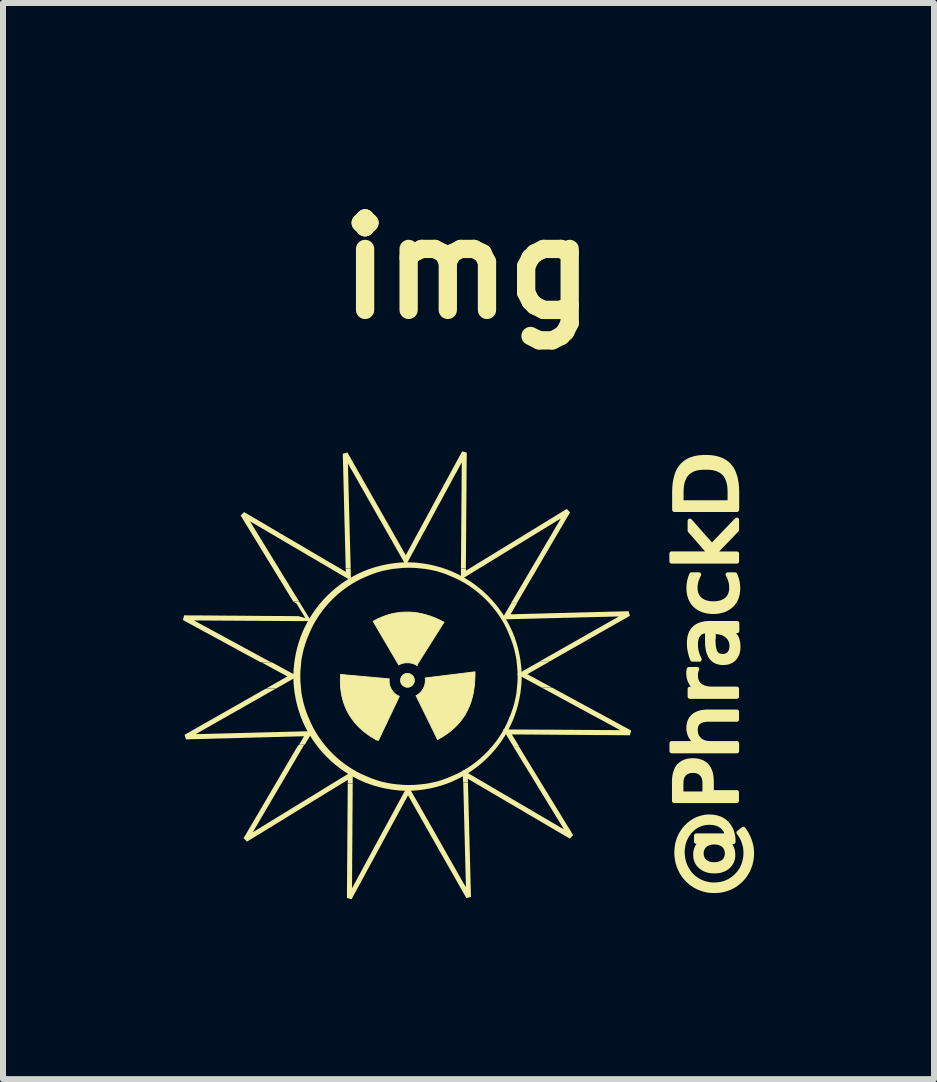
<source format=kicad_pcb>
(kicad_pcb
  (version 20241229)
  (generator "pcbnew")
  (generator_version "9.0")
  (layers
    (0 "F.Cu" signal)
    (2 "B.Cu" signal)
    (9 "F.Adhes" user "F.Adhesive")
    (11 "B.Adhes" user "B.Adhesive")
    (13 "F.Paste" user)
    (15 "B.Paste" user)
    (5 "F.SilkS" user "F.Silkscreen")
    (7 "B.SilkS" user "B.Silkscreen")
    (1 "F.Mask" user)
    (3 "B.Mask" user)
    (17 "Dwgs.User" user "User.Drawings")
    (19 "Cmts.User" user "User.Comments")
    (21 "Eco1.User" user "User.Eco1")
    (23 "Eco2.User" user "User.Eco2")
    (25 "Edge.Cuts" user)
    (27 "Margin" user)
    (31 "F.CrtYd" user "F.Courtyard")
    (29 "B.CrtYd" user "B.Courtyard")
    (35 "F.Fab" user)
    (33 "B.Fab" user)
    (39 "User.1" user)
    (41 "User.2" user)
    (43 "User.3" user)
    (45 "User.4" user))
  (footprint "img"
    (layer "F.Cu")
    (at 4.742 8.208)
    (property "Reference" "img" (at 0 -6.781 0) (layer "F.SilkS") (effects (font (size 1.524 1.524) (thickness 0.305))))
    (attr smd)
    (fp_poly (pts (xy -1.114 0.081) (xy -1.114 0.069) (xy -1.112 0.058) (xy -1.108 0.047) (xy -1.104 0.036) (xy -1.099 0.027) (xy -1.092 0.017) (xy -1.086 0.008) (xy -1.078 -0.000056) (xy -1.07 -0.008) (xy -1.061 -0.014) (xy -1.052 -0.019) (xy -1.041 -0.024) (xy -1.03 -0.027) (xy -1.019 -0.03) (xy -1.008 -0.031) (xy -0.996 -0.031) (xy -0.984 -0.031) (xy -0.973 -0.029) (xy -0.962 -0.025) (xy -0.951 -0.021) (xy -0.942 -0.016) (xy -0.932 -0.009) (xy -0.924 -0.003) (xy -0.915 0.005) (xy -0.908 0.013) (xy -0.901 0.022) (xy -0.896 0.031) (xy -0.892 0.042) (xy -0.888 0.053) (xy -0.885 0.064) (xy -0.884 0.075) (xy -0.884 0.087) (xy -0.884 0.099) (xy -0.887 0.11) (xy -0.89 0.121) (xy -0.894 0.132) (xy -0.899 0.141) (xy -0.906 0.151) (xy -0.912 0.159) (xy -0.92 0.168) (xy -0.928 0.175) (xy -0.937 0.182) (xy -0.946 0.187) (xy -0.957 0.191) (xy -0.968 0.195) (xy -0.979 0.198) (xy -0.99 0.199) (xy -1.002 0.199) (xy -1.014 0.199) (xy -1.025 0.196) (xy -1.036 0.193) (xy -1.047 0.189) (xy -1.056 0.184) (xy -1.066 0.177) (xy -1.074 0.171) (xy -1.083 0.163) (xy -1.09 0.155) (xy -1.097 0.146) (xy -1.102 0.137) (xy -1.106 0.126) (xy -1.111 0.115) (xy -1.114 0.104) (xy -1.115 0.093) (xy -1.114 0.081)) (stroke (width 0.014) (type solid)) (fill yes) (layer "F.SilkS"))
    (fp_poly (pts (xy 3.405 -1.899) (xy 3.405 -1.915) (xy 3.405 -1.931) (xy 3.405 -1.947) (xy 3.405 -1.963) (xy 3.405 -1.979) (xy 3.405 -1.995) (xy 3.405 -2.012) (xy 3.405 -2.028) (xy 3.485 -2.028) (xy 3.565 -2.028) (xy 3.645 -2.028) (xy 3.726 -2.028) (xy 3.806 -2.028) (xy 3.886 -2.028) (xy 3.966 -2.028) (xy 4.047 -2.028) (xy 4.004 -2.076) (xy 3.962 -2.123) (xy 3.92 -2.171) (xy 3.878 -2.219) (xy 3.836 -2.267) (xy 3.794 -2.315) (xy 3.752 -2.363) (xy 3.709 -2.411) (xy 3.709 -2.431) (xy 3.709 -2.452) (xy 3.709 -2.472) (xy 3.709 -2.493) (xy 3.709 -2.513) (xy 3.709 -2.534) (xy 3.709 -2.554) (xy 3.709 -2.575) (xy 3.755 -2.523) (xy 3.801 -2.471) (xy 3.847 -2.419) (xy 3.893 -2.367) (xy 3.938 -2.315) (xy 3.984 -2.264) (xy 4.03 -2.212) (xy 4.076 -2.16) (xy 4.128 -2.214) (xy 4.18 -2.268) (xy 4.232 -2.322) (xy 4.284 -2.376) (xy 4.336 -2.43) (xy 4.388 -2.484) (xy 4.44 -2.538) (xy 4.492 -2.592) (xy 4.492 -2.571) (xy 4.492 -2.55) (xy 4.492 -2.529) (xy 4.492 -2.509) (xy 4.492 -2.488) (xy 4.492 -2.467) (xy 4.492 -2.446) (xy 4.492 -2.425) (xy 4.444 -2.375) (xy 4.397 -2.325) (xy 4.349 -2.276) (xy 4.301 -2.226) (xy 4.253 -2.176) (xy 4.205 -2.127) (xy 4.158 -2.077) (xy 4.11 -2.027) (xy 4.158 -2.027) (xy 4.205 -2.027) (xy 4.253 -2.027) (xy 4.301 -2.027) (xy 4.349 -2.027) (xy 4.397 -2.027) (xy 4.444 -2.027) (xy 4.492 -2.027) (xy 4.492 -2.011) (xy 4.492 -1.995) (xy 4.492 -1.979) (xy 4.492 -1.963) (xy 4.492 -1.947) (xy 4.492 -1.931) (xy 4.492 -1.915) (xy 4.492 -1.899) (xy 4.356 -1.899) (xy 4.22 -1.899) (xy 4.085 -1.899) (xy 3.949 -1.899) (xy 3.813 -1.899) (xy 3.677 -1.899) (xy 3.541 -1.899) (xy 3.405 -1.899)) (stroke (width 0.075) (type solid)) (fill yes) (layer "F.SilkS"))
    (fp_poly (pts (xy 3.829 -0.103) (xy 3.826 -0.098) (xy 3.823 -0.092) (xy 3.821 -0.087) (xy 3.819 -0.081) (xy 3.817 -0.074) (xy 3.814 -0.068) (xy 3.812 -0.061) (xy 3.811 -0.055) (xy 3.81 -0.049) (xy 3.809 -0.042) (xy 3.808 -0.036) (xy 3.807 -0.029) (xy 3.806 -0.022) (xy 3.806 -0.014) (xy 3.806 -0.007) (xy 3.806 0.000445) (xy 3.807 0.027) (xy 3.81 0.052) (xy 3.815 0.075) (xy 3.823 0.097) (xy 3.832 0.117) (xy 3.844 0.135) (xy 3.859 0.153) (xy 3.876 0.168) (xy 3.894 0.182) (xy 3.915 0.193) (xy 3.937 0.203) (xy 3.962 0.211) (xy 3.988 0.218) (xy 4.016 0.222) (xy 4.047 0.225) (xy 4.079 0.226) (xy 4.13 0.226) (xy 4.182 0.226) (xy 4.233 0.226) (xy 4.285 0.226) (xy 4.336 0.226) (xy 4.388 0.226) (xy 4.439 0.226) (xy 4.491 0.226) (xy 4.491 0.242) (xy 4.491 0.258) (xy 4.491 0.275) (xy 4.491 0.291) (xy 4.491 0.307) (xy 4.491 0.323) (xy 4.491 0.339) (xy 4.491 0.355) (xy 4.393 0.355) (xy 4.296 0.355) (xy 4.198 0.355) (xy 4.1 0.355) (xy 4.002 0.355) (xy 3.905 0.355) (xy 3.807 0.355) (xy 3.709 0.355) (xy 3.709 0.339) (xy 3.709 0.323) (xy 3.709 0.307) (xy 3.709 0.291) (xy 3.709 0.275) (xy 3.709 0.258) (xy 3.709 0.242) (xy 3.709 0.226) (xy 3.724 0.226) (xy 3.74 0.226) (xy 3.755 0.226) (xy 3.77 0.226) (xy 3.785 0.226) (xy 3.8 0.226) (xy 3.815 0.226) (xy 3.83 0.226) (xy 3.813 0.216) (xy 3.797 0.204) (xy 3.782 0.192) (xy 3.768 0.179) (xy 3.756 0.166) (xy 3.744 0.152) (xy 3.734 0.136) (xy 3.724 0.121) (xy 3.716 0.104) (xy 3.708 0.086) (xy 3.702 0.068) (xy 3.696 0.049) (xy 3.692 0.029) (xy 3.689 0.008) (xy 3.687 -0.014) (xy 3.686 -0.037) (xy 3.686 -0.04) (xy 3.686 -0.043) (xy 3.687 -0.047) (xy 3.687 -0.05) (xy 3.687 -0.053) (xy 3.687 -0.057) (xy 3.688 -0.062) (xy 3.688 -0.066) (xy 3.689 -0.07) (xy 3.689 -0.074) (xy 3.69 -0.079) (xy 3.69 -0.083) (xy 3.691 -0.087) (xy 3.692 -0.091) (xy 3.693 -0.096) (xy 3.694 -0.101) (xy 3.71 -0.101) (xy 3.727 -0.101) (xy 3.743 -0.101) (xy 3.759 -0.101) (xy 3.776 -0.101) (xy 3.792 -0.102) (xy 3.809 -0.102) (xy 3.829 -0.103)) (stroke (width 0.075) (type solid)) (fill yes) (layer "F.SilkS"))
    (fp_poly (pts (xy 3.565 -2.88) (xy 3.451 -2.76) (xy 3.451 -2.796) (xy 3.451 -2.833) (xy 3.451 -2.869) (xy 3.451 -2.905) (xy 3.451 -2.941) (xy 3.451 -2.977) (xy 3.451 -3.014) (xy 3.451 -3.05) (xy 3.453 -3.123) (xy 3.459 -3.191) (xy 3.469 -3.255) (xy 3.483 -3.313) (xy 3.5 -3.366) (xy 3.522 -3.414) (xy 3.548 -3.457) (xy 3.578 -3.495) (xy 3.611 -3.528) (xy 3.649 -3.557) (xy 3.692 -3.581) (xy 3.739 -3.601) (xy 3.79 -3.617) (xy 3.846 -3.628) (xy 3.906 -3.634) (xy 3.971 -3.636) (xy 4.036 -3.634) (xy 4.097 -3.628) (xy 4.153 -3.617) (xy 4.205 -3.601) (xy 4.252 -3.581) (xy 4.295 -3.556) (xy 4.333 -3.527) (xy 4.367 -3.494) (xy 4.397 -3.456) (xy 4.423 -3.413) (xy 4.444 -3.365) (xy 4.462 -3.312) (xy 4.476 -3.254) (xy 4.486 -3.191) (xy 4.492 -3.123) (xy 4.494 -3.05) (xy 4.494 -3.014) (xy 4.494 -2.977) (xy 4.494 -2.941) (xy 4.494 -2.905) (xy 4.494 -2.869) (xy 4.494 -2.833) (xy 4.494 -2.796) (xy 4.494 -2.76) (xy 4.364 -2.76) (xy 4.233 -2.76) (xy 4.103 -2.76) (xy 3.973 -2.76) (xy 3.843 -2.76) (xy 3.712 -2.76) (xy 3.582 -2.76) (xy 3.451 -2.76) (xy 3.565 -2.88) (xy 3.666 -2.88) (xy 3.767 -2.88) (xy 3.869 -2.88) (xy 3.97 -2.88) (xy 4.071 -2.88) (xy 4.173 -2.88) (xy 4.274 -2.88) (xy 4.375 -2.88) (xy 4.375 -2.901) (xy 4.375 -2.922) (xy 4.375 -2.944) (xy 4.375 -2.965) (xy 4.375 -2.986) (xy 4.375 -3.008) (xy 4.375 -3.029) (xy 4.375 -3.05) (xy 4.374 -3.103) (xy 4.37 -3.151) (xy 4.363 -3.196) (xy 4.352 -3.237) (xy 4.338 -3.275) (xy 4.321 -3.309) (xy 4.302 -3.339) (xy 4.279 -3.366) (xy 4.252 -3.39) (xy 4.223 -3.41) (xy 4.189 -3.428) (xy 4.153 -3.442) (xy 4.112 -3.453) (xy 4.068 -3.46) (xy 4.021 -3.464) (xy 3.97 -3.465) (xy 3.919 -3.464) (xy 3.872 -3.46) (xy 3.829 -3.453) (xy 3.789 -3.442) (xy 3.752 -3.428) (xy 3.719 -3.41) (xy 3.689 -3.39) (xy 3.663 -3.366) (xy 3.64 -3.339) (xy 3.621 -3.309) (xy 3.604 -3.275) (xy 3.59 -3.237) (xy 3.579 -3.196) (xy 3.572 -3.151) (xy 3.568 -3.103) (xy 3.567 -3.05) (xy 3.567 -3.029) (xy 3.567 -3.008) (xy 3.567 -2.986) (xy 3.567 -2.965) (xy 3.566 -2.944) (xy 3.566 -2.922) (xy 3.566 -2.901) (xy 3.565 -2.88)) (stroke (width 0.075) (type solid)) (fill yes) (layer "F.SilkS"))
    (fp_poly (pts (xy 3.565 1.974) (xy 3.448 2.093) (xy 3.448 2.053) (xy 3.448 2.013) (xy 3.448 1.974) (xy 3.448 1.934) (xy 3.448 1.894) (xy 3.448 1.854) (xy 3.448 1.814) (xy 3.448 1.775) (xy 3.449 1.732) (xy 3.453 1.692) (xy 3.459 1.655) (xy 3.468 1.621) (xy 3.479 1.589) (xy 3.492 1.56) (xy 3.509 1.534) (xy 3.527 1.51) (xy 3.548 1.489) (xy 3.571 1.471) (xy 3.597 1.455) (xy 3.625 1.443) (xy 3.655 1.433) (xy 3.687 1.425) (xy 3.722 1.421) (xy 3.759 1.42) (xy 3.797 1.421) (xy 3.832 1.425) (xy 3.864 1.433) (xy 3.895 1.443) (xy 3.922 1.455) (xy 3.948 1.471) (xy 3.971 1.489) (xy 3.992 1.51) (xy 4.011 1.534) (xy 4.027 1.56) (xy 4.04 1.589) (xy 4.051 1.621) (xy 4.06 1.655) (xy 4.066 1.692) (xy 4.069 1.732) (xy 4.071 1.775) (xy 4.071 1.797) (xy 4.071 1.819) (xy 4.071 1.841) (xy 4.071 1.863) (xy 4.071 1.886) (xy 4.071 1.908) (xy 4.071 1.93) (xy 4.071 1.952) (xy 4.123 1.952) (xy 4.175 1.952) (xy 4.228 1.952) (xy 4.28 1.952) (xy 4.332 1.952) (xy 4.385 1.952) (xy 4.437 1.952) (xy 4.49 1.952) (xy 4.49 1.97) (xy 4.49 1.987) (xy 4.49 2.005) (xy 4.49 2.023) (xy 4.49 2.04) (xy 4.49 2.058) (xy 4.49 2.075) (xy 4.49 2.093) (xy 4.359 2.093) (xy 4.229 2.093) (xy 4.099 2.093) (xy 3.968 2.093) (xy 3.838 2.093) (xy 3.708 2.093) (xy 3.577 2.093) (xy 3.448 2.093) (xy 3.565 1.974) (xy 3.614 1.974) (xy 3.663 1.974) (xy 3.712 1.974) (xy 3.761 1.974) (xy 3.81 1.974) (xy 3.858 1.974) (xy 3.907 1.974) (xy 3.956 1.974) (xy 3.956 1.952) (xy 3.956 1.93) (xy 3.956 1.908) (xy 3.956 1.885) (xy 3.956 1.863) (xy 3.956 1.841) (xy 3.956 1.819) (xy 3.956 1.797) (xy 3.956 1.773) (xy 3.953 1.75) (xy 3.949 1.729) (xy 3.944 1.709) (xy 3.936 1.691) (xy 3.928 1.674) (xy 3.917 1.659) (xy 3.905 1.644) (xy 3.892 1.632) (xy 3.877 1.621) (xy 3.861 1.611) (xy 3.844 1.604) (xy 3.825 1.598) (xy 3.804 1.593) (xy 3.783 1.591) (xy 3.76 1.59) (xy 3.737 1.591) (xy 3.716 1.593) (xy 3.696 1.598) (xy 3.677 1.604) (xy 3.66 1.611) (xy 3.644 1.621) (xy 3.629 1.632) (xy 3.615 1.644) (xy 3.603 1.659) (xy 3.593 1.674) (xy 3.584 1.691) (xy 3.577 1.709) (xy 3.571 1.729) (xy 3.567 1.75) (xy 3.565 1.773) (xy 3.564 1.797) (xy 3.564 1.819) (xy 3.564 1.841) (xy 3.564 1.863) (xy 3.564 1.885) (xy 3.564 1.908) (xy 3.564 1.93) (xy 3.564 1.952) (xy 3.565 1.974)) (stroke (width 0.075) (type solid)) (fill yes) (layer "F.SilkS"))
    (fp_poly (pts (xy 4.019 0.608) (xy 4.078 0.608) (xy 4.137 0.608) (xy 4.196 0.608) (xy 4.255 0.608) (xy 4.314 0.608) (xy 4.373 0.608) (xy 4.432 0.608) (xy 4.491 0.608) (xy 4.491 0.624) (xy 4.491 0.64) (xy 4.491 0.656) (xy 4.491 0.672) (xy 4.491 0.688) (xy 4.491 0.704) (xy 4.491 0.72) (xy 4.491 0.737) (xy 4.433 0.737) (xy 4.374 0.737) (xy 4.316 0.737) (xy 4.257 0.737) (xy 4.199 0.737) (xy 4.14 0.737) (xy 4.082 0.737) (xy 4.024 0.737) (xy 3.997 0.737) (xy 3.971 0.739) (xy 3.948 0.743) (xy 3.926 0.747) (xy 3.907 0.753) (xy 3.888 0.761) (xy 3.872 0.769) (xy 3.857 0.78) (xy 3.845 0.791) (xy 3.833 0.804) (xy 3.824 0.818) (xy 3.816 0.834) (xy 3.81 0.851) (xy 3.806 0.869) (xy 3.803 0.889) (xy 3.803 0.91) (xy 3.804 0.935) (xy 3.807 0.959) (xy 3.812 0.982) (xy 3.82 1.003) (xy 3.829 1.023) (xy 3.841 1.041) (xy 3.854 1.058) (xy 3.87 1.074) (xy 3.887 1.088) (xy 3.906 1.1) (xy 3.926 1.111) (xy 3.948 1.119) (xy 3.972 1.126) (xy 3.996 1.13) (xy 4.023 1.133) (xy 4.051 1.134) (xy 4.106 1.134) (xy 4.161 1.134) (xy 4.216 1.134) (xy 4.272 1.134) (xy 4.327 1.134) (xy 4.382 1.134) (xy 4.437 1.134) (xy 4.493 1.134) (xy 4.493 1.15) (xy 4.493 1.166) (xy 4.493 1.182) (xy 4.493 1.198) (xy 4.493 1.215) (xy 4.493 1.231) (xy 4.493 1.247) (xy 4.493 1.263) (xy 4.357 1.263) (xy 4.221 1.263) (xy 4.085 1.263) (xy 3.949 1.263) (xy 3.814 1.263) (xy 3.678 1.263) (xy 3.542 1.263) (xy 3.406 1.263) (xy 3.406 1.247) (xy 3.406 1.231) (xy 3.406 1.215) (xy 3.406 1.198) (xy 3.406 1.182) (xy 3.406 1.166) (xy 3.406 1.15) (xy 3.406 1.134) (xy 3.459 1.134) (xy 3.513 1.134) (xy 3.566 1.134) (xy 3.619 1.134) (xy 3.672 1.134) (xy 3.726 1.134) (xy 3.779 1.134) (xy 3.832 1.134) (xy 3.815 1.122) (xy 3.799 1.11) (xy 3.784 1.097) (xy 3.77 1.084) (xy 3.758 1.07) (xy 3.746 1.056) (xy 3.736 1.041) (xy 3.726 1.026) (xy 3.717 1.01) (xy 3.71 0.993) (xy 3.704 0.976) (xy 3.698 0.958) (xy 3.694 0.94) (xy 3.691 0.921) (xy 3.689 0.901) (xy 3.688 0.881) (xy 3.689 0.849) (xy 3.693 0.818) (xy 3.7 0.789) (xy 3.709 0.763) (xy 3.721 0.738) (xy 3.736 0.716) (xy 3.753 0.696) (xy 3.772 0.677) (xy 3.794 0.661) (xy 3.819 0.647) (xy 3.846 0.635) (xy 3.875 0.625) (xy 3.907 0.618) (xy 3.941 0.613) (xy 3.978 0.609) (xy 4.017 0.608) (xy 4.017 0.608) (xy 4.017 0.608) (xy 4.017 0.608) (xy 4.017 0.608) (xy 4.017 0.608) (xy 4.017 0.608) (xy 4.017 0.608) (xy 4.019 0.608)) (stroke (width 0.075) (type solid)) (fill yes) (layer "F.SilkS"))
    (fp_poly (pts (xy 3.739 -1.679) (xy 3.754 -1.679) (xy 3.769 -1.679) (xy 3.784 -1.679) (xy 3.799 -1.679) (xy 3.814 -1.679) (xy 3.83 -1.679) (xy 3.845 -1.679) (xy 3.86 -1.679) (xy 3.852 -1.665) (xy 3.846 -1.652) (xy 3.839 -1.638) (xy 3.834 -1.624) (xy 3.829 -1.61) (xy 3.823 -1.597) (xy 3.819 -1.583) (xy 3.815 -1.569) (xy 3.812 -1.556) (xy 3.808 -1.542) (xy 3.806 -1.528) (xy 3.804 -1.514) (xy 3.802 -1.501) (xy 3.801 -1.487) (xy 3.8 -1.473) (xy 3.8 -1.459) (xy 3.801 -1.429) (xy 3.804 -1.4) (xy 3.811 -1.373) (xy 3.819 -1.348) (xy 3.83 -1.325) (xy 3.844 -1.303) (xy 3.86 -1.283) (xy 3.879 -1.265) (xy 3.9 -1.249) (xy 3.922 -1.235) (xy 3.947 -1.223) (xy 3.974 -1.213) (xy 4.003 -1.206) (xy 4.033 -1.2) (xy 4.066 -1.197) (xy 4.101 -1.196) (xy 4.136 -1.197) (xy 4.169 -1.2) (xy 4.199 -1.206) (xy 4.228 -1.213) (xy 4.255 -1.223) (xy 4.28 -1.235) (xy 4.303 -1.249) (xy 4.324 -1.265) (xy 4.342 -1.283) (xy 4.358 -1.303) (xy 4.372 -1.325) (xy 4.383 -1.348) (xy 4.391 -1.373) (xy 4.398 -1.4) (xy 4.401 -1.429) (xy 4.402 -1.459) (xy 4.402 -1.473) (xy 4.401 -1.487) (xy 4.4 -1.501) (xy 4.399 -1.514) (xy 4.397 -1.528) (xy 4.395 -1.542) (xy 4.391 -1.556) (xy 4.388 -1.569) (xy 4.384 -1.583) (xy 4.38 -1.597) (xy 4.374 -1.61) (xy 4.369 -1.624) (xy 4.363 -1.638) (xy 4.356 -1.652) (xy 4.35 -1.665) (xy 4.342 -1.679) (xy 4.357 -1.679) (xy 4.372 -1.679) (xy 4.387 -1.679) (xy 4.402 -1.679) (xy 4.417 -1.679) (xy 4.431 -1.679) (xy 4.446 -1.679) (xy 4.461 -1.679) (xy 4.467 -1.665) (xy 4.473 -1.652) (xy 4.478 -1.638) (xy 4.483 -1.624) (xy 4.488 -1.61) (xy 4.492 -1.596) (xy 4.495 -1.581) (xy 4.498 -1.567) (xy 4.502 -1.553) (xy 4.504 -1.538) (xy 4.506 -1.523) (xy 4.508 -1.508) (xy 4.509 -1.493) (xy 4.51 -1.477) (xy 4.511 -1.461) (xy 4.511 -1.445) (xy 4.509 -1.402) (xy 4.503 -1.361) (xy 4.495 -1.323) (xy 4.483 -1.286) (xy 4.467 -1.252) (xy 4.448 -1.221) (xy 4.425 -1.191) (xy 4.399 -1.164) (xy 4.37 -1.14) (xy 4.339 -1.119) (xy 4.305 -1.101) (xy 4.269 -1.086) (xy 4.23 -1.075) (xy 4.189 -1.066) (xy 4.146 -1.061) (xy 4.1 -1.059) (xy 4.053 -1.061) (xy 4.009 -1.066) (xy 3.968 -1.075) (xy 3.929 -1.086) (xy 3.893 -1.101) (xy 3.859 -1.119) (xy 3.828 -1.14) (xy 3.799 -1.165) (xy 3.773 -1.192) (xy 3.751 -1.222) (xy 3.732 -1.255) (xy 3.717 -1.289) (xy 3.705 -1.327) (xy 3.696 -1.366) (xy 3.691 -1.408) (xy 3.689 -1.453) (xy 3.689 -1.468) (xy 3.69 -1.482) (xy 3.69 -1.497) (xy 3.692 -1.512) (xy 3.694 -1.526) (xy 3.696 -1.54) (xy 3.698 -1.555) (xy 3.701 -1.569) (xy 3.704 -1.583) (xy 3.708 -1.597) (xy 3.712 -1.611) (xy 3.716 -1.625) (xy 3.72 -1.638) (xy 3.726 -1.652) (xy 3.731 -1.665) (xy 3.737 -1.679) (xy 3.737 -1.679) (xy 3.737 -1.679) (xy 3.737 -1.679) (xy 3.737 -1.679) (xy 3.739 -1.679)) (stroke (width 0.075) (type solid)) (fill yes) (layer "F.SilkS"))
    (fp_poly (pts (xy -1.483 1.085) (xy -1.472 1.062) (xy -1.461 1.039) (xy -1.45 1.016) (xy -1.439 0.993) (xy -1.429 0.97) (xy -1.418 0.947) (xy -1.407 0.924) (xy -1.396 0.901) (xy -1.385 0.878) (xy -1.374 0.855) (xy -1.363 0.833) (xy -1.352 0.81) (xy -1.341 0.787) (xy -1.331 0.764) (xy -1.32 0.741) (xy -1.309 0.718) (xy -1.298 0.695) (xy -1.287 0.672) (xy -1.276 0.649) (xy -1.265 0.626) (xy -1.254 0.603) (xy -1.244 0.58) (xy -1.233 0.557) (xy -1.222 0.535) (xy -1.211 0.512) (xy -1.2 0.489) (xy -1.189 0.466) (xy -1.178 0.443) (xy -1.167 0.42) (xy -1.157 0.397) (xy -1.146 0.374) (xy -1.135 0.351) (xy -1.145 0.346) (xy -1.156 0.341) (xy -1.166 0.335) (xy -1.175 0.33) (xy -1.185 0.323) (xy -1.194 0.317) (xy -1.203 0.31) (xy -1.212 0.302) (xy -1.219 0.295) (xy -1.226 0.287) (xy -1.234 0.279) (xy -1.241 0.27) (xy -1.248 0.262) (xy -1.254 0.253) (xy -1.26 0.243) (xy -1.266 0.234) (xy -1.271 0.224) (xy -1.277 0.215) (xy -1.281 0.205) (xy -1.285 0.195) (xy -1.289 0.185) (xy -1.294 0.174) (xy -1.296 0.163) (xy -1.298 0.153) (xy -1.3 0.142) (xy -1.302 0.131) (xy -1.303 0.12) (xy -1.304 0.109) (xy -1.305 0.097) (xy -1.305 0.086) (xy -1.304 0.075) (xy -1.304 0.063) (xy -1.304 0.063) (xy -1.304 0.063) (xy -1.304 0.063) (xy -1.304 0.063) (xy -1.304 0.063) (xy -1.304 0.062) (xy -1.304 0.062) (xy -1.304 0.062) (xy -1.304 0.062) (xy -1.304 0.062) (xy -1.304 0.062) (xy -1.304 0.062) (xy -1.304 0.061) (xy -1.304 0.061) (xy -1.304 0.061) (xy -1.304 0.061) (xy -1.304 0.061) (xy -1.304 0.061) (xy -1.304 0.061) (xy -1.304 0.06) (xy -1.304 0.06) (xy -1.304 0.06) (xy -1.303 0.06) (xy -1.303 0.06) (xy -1.303 0.06) (xy -1.303 0.06) (xy -1.303 0.059) (xy -1.303 0.059) (xy -1.303 0.059) (xy -1.303 0.059) (xy -1.303 0.059) (xy -1.303 0.059) (xy -1.329 0.057) (xy -1.354 0.055) (xy -1.379 0.053) (xy -1.405 0.049) (xy -1.43 0.047) (xy -1.456 0.045) (xy -1.481 0.043) (xy -1.506 0.041) (xy -1.532 0.039) (xy -1.557 0.035) (xy -1.583 0.033) (xy -1.608 0.031) (xy -1.633 0.029) (xy -1.659 0.027) (xy -1.684 0.025) (xy -1.71 0.022) (xy -1.735 0.019) (xy -1.76 0.017) (xy -1.786 0.015) (xy -1.811 0.013) (xy -1.836 0.011) (xy -1.862 0.008) (xy -1.887 0.006) (xy -1.913 0.003) (xy -1.938 0.001) (xy -1.963 -0.001) (xy -1.989 -0.003) (xy -2.014 -0.005) (xy -2.04 -0.008) (xy -2.065 -0.01) (xy -2.09 -0.013) (xy -2.116 -0.015) (xy -2.117 0.037) (xy -2.119 0.088) (xy -2.117 0.137) (xy -2.116 0.186) (xy -2.11 0.233) (xy -2.105 0.279) (xy -2.097 0.324) (xy -2.088 0.368) (xy -2.076 0.41) (xy -2.064 0.452) (xy -2.049 0.492) (xy -2.035 0.531) (xy -2.017 0.569) (xy -1.999 0.607) (xy -1.979 0.642) (xy -1.959 0.677) (xy -1.936 0.71) (xy -1.913 0.743) (xy -1.888 0.775) (xy -1.863 0.806) (xy -1.836 0.835) (xy -1.809 0.863) (xy -1.78 0.89) (xy -1.75 0.917) (xy -1.72 0.942) (xy -1.689 0.967) (xy -1.656 0.99) (xy -1.623 1.013) (xy -1.589 1.034) (xy -1.555 1.055) (xy -1.52 1.076) (xy -1.483 1.085)) (stroke (width 0.014) (type solid)) (fill yes) (layer "F.SilkS"))
    (fp_poly (pts (xy -0.498 1.073) (xy -0.455 1.048) (xy -0.411 1.023) (xy -0.371 0.997) (xy -0.332 0.97) (xy -0.295 0.942) (xy -0.259 0.914) (xy -0.227 0.884) (xy -0.194 0.854) (xy -0.165 0.823) (xy -0.136 0.792) (xy -0.11 0.759) (xy -0.085 0.727) (xy -0.062 0.693) (xy -0.039 0.659) (xy -0.02 0.623) (xy -0.000238 0.588) (xy 0.016 0.551) (xy 0.033 0.515) (xy 0.047 0.477) (xy 0.061 0.439) (xy 0.072 0.401) (xy 0.083 0.362) (xy 0.092 0.322) (xy 0.101 0.282) (xy 0.107 0.241) (xy 0.113 0.199) (xy 0.118 0.157) (xy 0.122 0.115) (xy 0.124 0.072) (xy 0.126 0.029) (xy 0.127 -0.014) (xy 0.127 -0.058) (xy 0.101 -0.055) (xy 0.075 -0.052) (xy 0.049 -0.049) (xy 0.023 -0.045) (xy -0.003 -0.042) (xy -0.029 -0.039) (xy -0.055 -0.036) (xy -0.08 -0.033) (xy -0.106 -0.029) (xy -0.132 -0.026) (xy -0.158 -0.023) (xy -0.184 -0.02) (xy -0.21 -0.017) (xy -0.236 -0.013) (xy -0.262 -0.01) (xy -0.288 -0.007) (xy -0.314 -0.004) (xy -0.34 -0.001) (xy -0.366 0.003) (xy -0.392 0.006) (xy -0.418 0.009) (xy -0.443 0.012) (xy -0.469 0.015) (xy -0.495 0.019) (xy -0.521 0.022) (xy -0.547 0.025) (xy -0.573 0.028) (xy -0.599 0.031) (xy -0.625 0.035) (xy -0.651 0.038) (xy -0.677 0.041) (xy -0.703 0.044) (xy -0.703 0.044) (xy -0.703 0.045) (xy -0.703 0.045) (xy -0.703 0.045) (xy -0.703 0.045) (xy -0.703 0.046) (xy -0.703 0.046) (xy -0.703 0.046) (xy -0.702 0.046) (xy -0.702 0.046) (xy -0.702 0.047) (xy -0.702 0.047) (xy -0.702 0.047) (xy -0.702 0.047) (xy -0.702 0.048) (xy -0.702 0.048) (xy -0.702 0.048) (xy -0.702 0.048) (xy -0.702 0.049) (xy -0.702 0.049) (xy -0.702 0.049) (xy -0.702 0.049) (xy -0.702 0.05) (xy -0.702 0.05) (xy -0.702 0.05) (xy -0.702 0.05) (xy -0.702 0.05) (xy -0.702 0.051) (xy -0.702 0.051) (xy -0.702 0.051) (xy -0.702 0.051) (xy -0.702 0.052) (xy -0.701 0.063) (xy -0.701 0.074) (xy -0.701 0.085) (xy -0.701 0.096) (xy -0.702 0.107) (xy -0.703 0.118) (xy -0.705 0.128) (xy -0.706 0.139) (xy -0.708 0.15) (xy -0.71 0.16) (xy -0.714 0.171) (xy -0.717 0.182) (xy -0.721 0.191) (xy -0.725 0.201) (xy -0.73 0.21) (xy -0.735 0.22) (xy -0.74 0.23) (xy -0.746 0.239) (xy -0.752 0.248) (xy -0.758 0.256) (xy -0.765 0.265) (xy -0.771 0.273) (xy -0.779 0.281) (xy -0.786 0.288) (xy -0.794 0.296) (xy -0.801 0.303) (xy -0.81 0.31) (xy -0.818 0.316) (xy -0.828 0.322) (xy -0.837 0.329) (xy -0.847 0.334) (xy -0.857 0.339) (xy -0.845 0.362) (xy -0.834 0.385) (xy -0.823 0.408) (xy -0.812 0.431) (xy -0.8 0.454) (xy -0.789 0.476) (xy -0.778 0.499) (xy -0.767 0.522) (xy -0.756 0.545) (xy -0.744 0.568) (xy -0.733 0.591) (xy -0.722 0.613) (xy -0.711 0.636) (xy -0.7 0.659) (xy -0.688 0.682) (xy -0.677 0.705) (xy -0.666 0.728) (xy -0.655 0.75) (xy -0.644 0.773) (xy -0.632 0.796) (xy -0.621 0.819) (xy -0.61 0.842) (xy -0.599 0.865) (xy -0.588 0.887) (xy -0.576 0.91) (xy -0.565 0.933) (xy -0.554 0.956) (xy -0.543 0.979) (xy -0.532 1.001) (xy -0.52 1.024) (xy -0.508 1.049) (xy -0.498 1.073)) (stroke (width 0.014) (type solid)) (fill yes) (layer "F.SilkS"))
    (fp_poly (pts (xy -0.847 -0.162) (xy -0.833 -0.184) (xy -0.818 -0.207) (xy -0.804 -0.23) (xy -0.79 -0.252) (xy -0.775 -0.275) (xy -0.761 -0.297) (xy -0.747 -0.32) (xy -0.732 -0.343) (xy -0.718 -0.365) (xy -0.704 -0.388) (xy -0.69 -0.411) (xy -0.675 -0.433) (xy -0.661 -0.456) (xy -0.647 -0.478) (xy -0.632 -0.501) (xy -0.618 -0.524) (xy -0.604 -0.546) (xy -0.59 -0.569) (xy -0.575 -0.591) (xy -0.561 -0.614) (xy -0.547 -0.637) (xy -0.532 -0.659) (xy -0.518 -0.682) (xy -0.504 -0.705) (xy -0.489 -0.727) (xy -0.475 -0.75) (xy -0.461 -0.772) (xy -0.447 -0.795) (xy -0.432 -0.818) (xy -0.418 -0.84) (xy -0.404 -0.863) (xy -0.389 -0.885) (xy -0.425 -0.903) (xy -0.46 -0.921) (xy -0.495 -0.937) (xy -0.531 -0.953) (xy -0.567 -0.967) (xy -0.602 -0.981) (xy -0.638 -0.993) (xy -0.674 -1.004) (xy -0.71 -1.014) (xy -0.746 -1.024) (xy -0.782 -1.031) (xy -0.819 -1.039) (xy -0.855 -1.044) (xy -0.892 -1.049) (xy -0.928 -1.051) (xy -0.965 -1.054) (xy -1.002 -1.054) (xy -1.039 -1.054) (xy -1.076 -1.052) (xy -1.113 -1.05) (xy -1.151 -1.044) (xy -1.188 -1.039) (xy -1.226 -1.032) (xy -1.264 -1.024) (xy -1.302 -1.013) (xy -1.34 -1.003) (xy -1.378 -0.989) (xy -1.416 -0.975) (xy -1.455 -0.958) (xy -1.494 -0.941) (xy -1.533 -0.921) (xy -1.572 -0.9) (xy -1.558 -0.878) (xy -1.545 -0.855) (xy -1.532 -0.832) (xy -1.518 -0.809) (xy -1.505 -0.787) (xy -1.492 -0.764) (xy -1.478 -0.741) (xy -1.465 -0.718) (xy -1.452 -0.696) (xy -1.438 -0.673) (xy -1.425 -0.65) (xy -1.412 -0.628) (xy -1.398 -0.605) (xy -1.385 -0.582) (xy -1.372 -0.559) (xy -1.358 -0.537) (xy -1.345 -0.514) (xy -1.332 -0.491) (xy -1.318 -0.468) (xy -1.305 -0.446) (xy -1.292 -0.423) (xy -1.278 -0.4) (xy -1.265 -0.377) (xy -1.252 -0.355) (xy -1.238 -0.332) (xy -1.225 -0.309) (xy -1.212 -0.287) (xy -1.198 -0.264) (xy -1.185 -0.241) (xy -1.172 -0.218) (xy -1.158 -0.196) (xy -1.145 -0.173) (xy -1.141 -0.175) (xy -1.136 -0.177) (xy -1.132 -0.179) (xy -1.128 -0.181) (xy -1.124 -0.183) (xy -1.119 -0.186) (xy -1.115 -0.188) (xy -1.111 -0.189) (xy -1.107 -0.191) (xy -1.102 -0.192) (xy -1.098 -0.194) (xy -1.094 -0.195) (xy -1.089 -0.197) (xy -1.085 -0.198) (xy -1.08 -0.199) (xy -1.076 -0.201) (xy -1.07 -0.202) (xy -1.065 -0.203) (xy -1.06 -0.204) (xy -1.055 -0.205) (xy -1.05 -0.205) (xy -1.045 -0.206) (xy -1.039 -0.206) (xy -1.035 -0.207) (xy -1.03 -0.207) (xy -1.024 -0.208) (xy -1.019 -0.208) (xy -1.015 -0.209) (xy -1.009 -0.209) (xy -1.004 -0.209) (xy -0.999 -0.209) (xy -0.995 -0.209) (xy -0.989 -0.209) (xy -0.984 -0.209) (xy -0.979 -0.208) (xy -0.973 -0.208) (xy -0.968 -0.207) (xy -0.964 -0.207) (xy -0.958 -0.206) (xy -0.953 -0.206) (xy -0.948 -0.205) (xy -0.943 -0.204) (xy -0.938 -0.203) (xy -0.933 -0.202) (xy -0.927 -0.201) (xy -0.923 -0.199) (xy -0.918 -0.198) (xy -0.912 -0.196) (xy -0.907 -0.195) (xy -0.903 -0.193) (xy -0.897 -0.192) (xy -0.892 -0.19) (xy -0.887 -0.188) (xy -0.883 -0.186) (xy -0.877 -0.183) (xy -0.872 -0.181) (xy -0.867 -0.179) (xy -0.862 -0.177) (xy -0.858 -0.175) (xy -0.854 -0.173) (xy -0.849 -0.17) (xy -0.845 -0.167) (xy -0.841 -0.165) (xy -0.837 -0.163) (xy -0.837 -0.163) (xy -0.837 -0.163) (xy -0.847 -0.162)) (stroke (width 0.014) (type solid)) (fill yes) (layer "F.SilkS"))
    (fp_poly (pts (xy 4.098 -0.595) (xy 4.05 -0.868) (xy 4.106 -0.868) (xy 4.162 -0.868) (xy 4.217 -0.868) (xy 4.273 -0.868) (xy 4.329 -0.868) (xy 4.385 -0.868) (xy 4.441 -0.868) (xy 4.496 -0.868) (xy 4.496 -0.852) (xy 4.496 -0.836) (xy 4.496 -0.82) (xy 4.496 -0.804) (xy 4.496 -0.788) (xy 4.496 -0.772) (xy 4.496 -0.756) (xy 4.496 -0.74) (xy 4.482 -0.74) (xy 4.467 -0.74) (xy 4.452 -0.74) (xy 4.437 -0.74) (xy 4.422 -0.74) (xy 4.407 -0.74) (xy 4.393 -0.74) (xy 4.378 -0.74) (xy 4.395 -0.728) (xy 4.411 -0.716) (xy 4.426 -0.704) (xy 4.44 -0.69) (xy 4.452 -0.676) (xy 4.464 -0.661) (xy 4.475 -0.646) (xy 4.484 -0.63) (xy 4.492 -0.613) (xy 4.498 -0.595) (xy 4.503 -0.577) (xy 4.508 -0.557) (xy 4.511 -0.536) (xy 4.513 -0.515) (xy 4.514 -0.493) (xy 4.515 -0.469) (xy 4.514 -0.44) (xy 4.51 -0.412) (xy 4.505 -0.386) (xy 4.498 -0.362) (xy 4.488 -0.338) (xy 4.476 -0.317) (xy 4.463 -0.297) (xy 4.447 -0.278) (xy 4.429 -0.262) (xy 4.41 -0.247) (xy 4.39 -0.235) (xy 4.368 -0.226) (xy 4.345 -0.218) (xy 4.32 -0.213) (xy 4.294 -0.21) (xy 4.266 -0.208) (xy 4.234 -0.21) (xy 4.204 -0.214) (xy 4.176 -0.22) (xy 4.15 -0.23) (xy 4.126 -0.242) (xy 4.105 -0.257) (xy 4.085 -0.275) (xy 4.067 -0.296) (xy 4.051 -0.319) (xy 4.038 -0.346) (xy 4.026 -0.374) (xy 4.016 -0.406) (xy 4.009 -0.44) (xy 4.004 -0.477) (xy 4 -0.517) (xy 3.999 -0.56) (xy 3.999 -0.582) (xy 3.999 -0.605) (xy 3.999 -0.627) (xy 3.999 -0.65) (xy 3.999 -0.672) (xy 3.999 -0.695) (xy 3.999 -0.717) (xy 3.999 -0.74) (xy 3.998 -0.74) (xy 3.997 -0.74) (xy 3.996 -0.74) (xy 3.995 -0.74) (xy 3.994 -0.74) (xy 3.993 -0.74) (xy 3.992 -0.74) (xy 3.991 -0.74) (xy 3.969 -0.739) (xy 3.949 -0.736) (xy 3.93 -0.731) (xy 3.912 -0.725) (xy 3.896 -0.716) (xy 3.881 -0.707) (xy 3.867 -0.695) (xy 3.854 -0.681) (xy 3.843 -0.666) (xy 3.833 -0.649) (xy 3.824 -0.631) (xy 3.818 -0.611) (xy 3.813 -0.59) (xy 3.808 -0.568) (xy 3.806 -0.543) (xy 3.806 -0.518) (xy 3.806 -0.501) (xy 3.807 -0.485) (xy 3.808 -0.468) (xy 3.81 -0.452) (xy 3.812 -0.435) (xy 3.815 -0.419) (xy 3.818 -0.403) (xy 3.823 -0.387) (xy 3.827 -0.371) (xy 3.831 -0.356) (xy 3.836 -0.34) (xy 3.842 -0.325) (xy 3.848 -0.31) (xy 3.855 -0.295) (xy 3.862 -0.28) (xy 3.869 -0.265) (xy 3.855 -0.265) (xy 3.84 -0.265) (xy 3.825 -0.265) (xy 3.81 -0.265) (xy 3.795 -0.265) (xy 3.781 -0.265) (xy 3.766 -0.265) (xy 3.751 -0.265) (xy 3.744 -0.283) (xy 3.738 -0.3) (xy 3.733 -0.317) (xy 3.727 -0.335) (xy 3.722 -0.352) (xy 3.718 -0.369) (xy 3.714 -0.385) (xy 3.71 -0.402) (xy 3.707 -0.419) (xy 3.704 -0.435) (xy 3.702 -0.451) (xy 3.7 -0.468) (xy 3.699 -0.484) (xy 3.698 -0.5) (xy 3.697 -0.516) (xy 3.697 -0.531) (xy 3.698 -0.572) (xy 3.702 -0.611) (xy 3.708 -0.646) (xy 3.718 -0.68) (xy 3.73 -0.71) (xy 3.746 -0.738) (xy 3.763 -0.763) (xy 3.784 -0.785) (xy 3.807 -0.804) (xy 3.834 -0.822) (xy 3.863 -0.836) (xy 3.895 -0.848) (xy 3.93 -0.857) (xy 3.967 -0.864) (xy 4.007 -0.868) (xy 4.051 -0.869) (xy 4.051 -0.869) (xy 4.051 -0.869) (xy 4.051 -0.869) (xy 4.051 -0.869) (xy 4.051 -0.869) (xy 4.051 -0.869) (xy 4.051 -0.869) (xy 4.05 -0.868) (xy 4.098 -0.595) (xy 4.099 -0.557) (xy 4.101 -0.523) (xy 4.104 -0.491) (xy 4.108 -0.463) (xy 4.114 -0.437) (xy 4.12 -0.415) (xy 4.128 -0.395) (xy 4.136 -0.379) (xy 4.146 -0.365) (xy 4.157 -0.352) (xy 4.17 -0.342) (xy 4.184 -0.333) (xy 4.2 -0.327) (xy 4.218 -0.323) (xy 4.237 -0.319) (xy 4.257 -0.318) (xy 4.274 -0.319) (xy 4.29 -0.321) (xy 4.305 -0.324) (xy 4.319 -0.33) (xy 4.332 -0.336) (xy 4.344 -0.344) (xy 4.356 -0.353) (xy 4.366 -0.364) (xy 4.376 -0.376) (xy 4.384 -0.389) (xy 4.391 -0.402) (xy 4.396 -0.417) (xy 4.4 -0.433) (xy 4.404 -0.45) (xy 4.406 -0.468) (xy 4.406 -0.487) (xy 4.405 -0.513) (xy 4.402 -0.538) (xy 4.396 -0.561) (xy 4.387 -0.583) (xy 4.377 -0.604) (xy 4.364 -0.623) (xy 4.348 -0.641) (xy 4.331 -0.658) (xy 4.311 -0.673) (xy 4.29 -0.686) (xy 4.267 -0.698) (xy 4.242 -0.707) (xy 4.216 -0.715) (xy 4.189 -0.72) (xy 4.159 -0.723) (xy 4.129 -0.724) (xy 4.126 -0.724) (xy 4.122 -0.724) (xy 4.119 -0.724) (xy 4.116 -0.724) (xy 4.113 -0.724) (xy 4.11 -0.724) (xy 4.106 -0.724) (xy 4.103 -0.724) (xy 4.103 -0.708) (xy 4.103 -0.692) (xy 4.103 -0.676) (xy 4.103 -0.66) (xy 4.103 -0.644) (xy 4.103 -0.628) (xy 4.103 -0.612) (xy 4.098 -0.595)) (stroke (width 0.075) (type solid)) (fill yes) (layer "F.SilkS"))
    (fp_poly (pts (xy 4.116 3.153) (xy 4.38 3.151) (xy 4.363 3.172) (xy 4.343 3.191) (xy 4.32 3.209) (xy 4.296 3.224) (xy 4.27 3.237) (xy 4.242 3.247) (xy 4.213 3.256) (xy 4.182 3.261) (xy 4.15 3.264) (xy 4.116 3.265) (xy 4.081 3.264) (xy 4.049 3.261) (xy 4.018 3.255) (xy 3.989 3.246) (xy 3.961 3.236) (xy 3.936 3.223) (xy 3.911 3.207) (xy 3.889 3.19) (xy 3.868 3.17) (xy 3.85 3.149) (xy 3.835 3.127) (xy 3.823 3.103) (xy 3.814 3.078) (xy 3.807 3.052) (xy 3.803 3.024) (xy 3.802 2.995) (xy 3.802 2.977) (xy 3.803 2.96) (xy 3.805 2.943) (xy 3.809 2.927) (xy 3.813 2.912) (xy 3.817 2.897) (xy 3.822 2.882) (xy 3.829 2.868) (xy 3.835 2.855) (xy 3.843 2.842) (xy 3.851 2.829) (xy 3.861 2.817) (xy 3.872 2.805) (xy 3.883 2.794) (xy 3.895 2.783) (xy 3.908 2.773) (xy 3.896 2.773) (xy 3.885 2.773) (xy 3.873 2.773) (xy 3.862 2.773) (xy 3.85 2.773) (xy 3.839 2.773) (xy 3.828 2.773) (xy 3.816 2.773) (xy 3.816 2.76) (xy 3.816 2.748) (xy 3.816 2.735) (xy 3.816 2.723) (xy 3.816 2.71) (xy 3.816 2.698) (xy 3.816 2.685) (xy 3.816 2.673) (xy 3.88 2.673) (xy 3.945 2.673) (xy 4.009 2.673) (xy 4.073 2.673) (xy 4.137 2.673) (xy 4.201 2.673) (xy 4.266 2.673) (xy 4.33 2.673) (xy 4.325 2.648) (xy 4.318 2.625) (xy 4.31 2.603) (xy 4.299 2.582) (xy 4.286 2.563) (xy 4.272 2.545) (xy 4.255 2.529) (xy 4.237 2.514) (xy 4.217 2.5) (xy 4.195 2.488) (xy 4.172 2.479) (xy 4.148 2.47) (xy 4.122 2.464) (xy 4.094 2.46) (xy 4.065 2.456) (xy 4.035 2.455) (xy 4.017 2.456) (xy 3.998 2.457) (xy 3.981 2.459) (xy 3.963 2.461) (xy 3.945 2.464) (xy 3.928 2.469) (xy 3.911 2.473) (xy 3.895 2.478) (xy 3.879 2.484) (xy 3.863 2.49) (xy 3.847 2.497) (xy 3.832 2.505) (xy 3.817 2.513) (xy 3.802 2.523) (xy 3.788 2.533) (xy 3.774 2.543) (xy 3.751 2.562) (xy 3.731 2.582) (xy 3.711 2.602) (xy 3.693 2.624) (xy 3.676 2.647) (xy 3.661 2.67) (xy 3.647 2.695) (xy 3.634 2.721) (xy 3.622 2.747) (xy 3.613 2.774) (xy 3.604 2.801) (xy 3.598 2.829) (xy 3.593 2.858) (xy 3.588 2.887) (xy 3.586 2.917) (xy 3.585 2.948) (xy 3.586 2.969) (xy 3.587 2.99) (xy 3.589 3.011) (xy 3.591 3.032) (xy 3.594 3.052) (xy 3.599 3.072) (xy 3.603 3.092) (xy 3.608 3.112) (xy 3.615 3.132) (xy 3.621 3.151) (xy 3.628 3.17) (xy 3.637 3.188) (xy 3.646 3.206) (xy 3.655 3.224) (xy 3.665 3.241) (xy 3.676 3.258) (xy 3.694 3.285) (xy 3.714 3.31) (xy 3.735 3.334) (xy 3.758 3.356) (xy 3.782 3.377) (xy 3.808 3.396) (xy 3.835 3.414) (xy 3.863 3.43) (xy 3.892 3.444) (xy 3.922 3.457) (xy 3.952 3.467) (xy 3.983 3.476) (xy 4.015 3.482) (xy 4.047 3.488) (xy 4.079 3.491) (xy 4.113 3.492) (xy 4.14 3.491) (xy 4.167 3.489) (xy 4.194 3.486) (xy 4.22 3.482) (xy 4.246 3.476) (xy 4.271 3.47) (xy 4.296 3.461) (xy 4.321 3.452) (xy 4.345 3.441) (xy 4.368 3.429) (xy 4.391 3.416) (xy 4.412 3.402) (xy 4.433 3.387) (xy 4.454 3.371) (xy 4.473 3.354) (xy 4.492 3.335) (xy 4.51 3.316) (xy 4.526 3.297) (xy 4.542 3.277) (xy 4.556 3.256) (xy 4.569 3.235) (xy 4.581 3.212) (xy 4.592 3.189) (xy 4.602 3.166) (xy 4.611 3.141) (xy 4.618 3.116) (xy 4.624 3.091) (xy 4.63 3.066) (xy 4.634 3.04) (xy 4.637 3.014) (xy 4.639 2.987) (xy 4.64 2.96) (xy 4.639 2.937) (xy 4.638 2.915) (xy 4.636 2.893) (xy 4.633 2.87) (xy 4.629 2.848) (xy 4.623 2.826) (xy 4.617 2.805) (xy 4.61 2.783) (xy 4.602 2.761) (xy 4.594 2.74) (xy 4.584 2.72) (xy 4.573 2.699) (xy 4.562 2.68) (xy 4.55 2.66) (xy 4.537 2.641) (xy 4.523 2.623) (xy 4.533 2.616) (xy 4.543 2.608) (xy 4.552 2.601) (xy 4.562 2.593) (xy 4.571 2.586) (xy 4.581 2.578) (xy 4.591 2.571) (xy 4.6 2.563) (xy 4.617 2.585) (xy 4.632 2.608) (xy 4.647 2.631) (xy 4.66 2.655) (xy 4.672 2.679) (xy 4.684 2.703) (xy 4.694 2.728) (xy 4.704 2.754) (xy 4.713 2.78) (xy 4.72 2.805) (xy 4.726 2.831) (xy 4.732 2.857) (xy 4.736 2.883) (xy 4.739 2.91) (xy 4.741 2.936) (xy 4.742 2.962) (xy 4.741 2.995) (xy 4.739 3.026) (xy 4.736 3.057) (xy 4.731 3.088) (xy 4.724 3.118) (xy 4.717 3.148) (xy 4.707 3.177) (xy 4.696 3.206) (xy 4.684 3.234) (xy 4.671 3.262) (xy 4.656 3.289) (xy 4.64 3.314) (xy 4.623 3.34) (xy 4.605 3.364) (xy 4.585 3.387) (xy 4.564 3.41) (xy 4.541 3.432) (xy 4.518 3.452) (xy 4.494 3.471) (xy 4.47 3.489) (xy 4.444 3.505) (xy 4.417 3.52) (xy 4.39 3.534) (xy 4.362 3.546) (xy 4.333 3.557) (xy 4.303 3.567) (xy 4.273 3.575) (xy 4.243 3.582) (xy 4.211 3.587) (xy 4.18 3.59) (xy 4.148 3.592) (xy 4.115 3.593) (xy 4.083 3.592) (xy 4.052 3.59) (xy 4.021 3.587) (xy 3.991 3.582) (xy 3.961 3.575) (xy 3.931 3.567) (xy 3.902 3.557) (xy 3.873 3.546) (xy 3.844 3.534) (xy 3.817 3.52) (xy 3.79 3.505) (xy 3.764 3.488) (xy 3.739 3.471) (xy 3.715 3.452) (xy 3.692 3.432) (xy 3.67 3.411) (xy 3.648 3.388) (xy 3.628 3.364) (xy 3.609 3.339) (xy 3.592 3.314) (xy 3.575 3.287) (xy 3.561 3.26) (xy 3.547 3.232) (xy 3.534 3.203) (xy 3.523 3.173) (xy 3.514 3.143) (xy 3.505 3.112) (xy 3.499 3.081) (xy 3.494 3.05) (xy 3.49 3.018) (xy 3.488 2.985) (xy 3.487 2.953) (xy 3.488 2.916) (xy 3.492 2.88) (xy 3.496 2.845) (xy 3.502 2.81) (xy 3.511 2.776) (xy 3.521 2.743) (xy 3.534 2.71) (xy 3.548 2.678) (xy 3.564 2.647) (xy 3.582 2.617) (xy 3.601 2.589) (xy 3.622 2.561) (xy 3.644 2.535) (xy 3.668 2.511) (xy 3.694 2.487) (xy 3.721 2.465) (xy 3.738 2.453) (xy 3.756 2.441) (xy 3.774 2.43) (xy 3.792 2.419) (xy 3.811 2.409) (xy 3.83 2.401) (xy 3.849 2.393) (xy 3.869 2.386) (xy 3.889 2.38) (xy 3.91 2.374) (xy 3.93 2.369) (xy 3.951 2.365) (xy 3.972 2.361) (xy 3.993 2.359) (xy 4.014 2.358) (xy 4.035 2.358) (xy 4.08 2.36) (xy 4.122 2.365) (xy 4.162 2.374) (xy 4.2 2.386) (xy 4.235 2.401) (xy 4.267 2.421) (xy 4.298 2.443) (xy 4.325 2.469) (xy 4.35 2.498) (xy 4.372 2.53) (xy 4.391 2.564) (xy 4.406 2.601) (xy 4.418 2.641) (xy 4.427 2.683) (xy 4.432 2.728) (xy 4.434 2.776) (xy 4.421 2.776) (xy 4.407 2.776) (xy 4.394 2.776) (xy 4.38 2.776) (xy 4.367 2.776) (xy 4.353 2.776) (xy 4.34 2.776) (xy 4.324 2.774) (xy 4.337 2.784) (xy 4.349 2.795) (xy 4.36 2.807) (xy 4.371 2.819) (xy 4.381 2.831) (xy 4.389 2.843) (xy 4.397 2.856) (xy 4.403 2.87) (xy 4.409 2.884) (xy 4.415 2.898) (xy 4.419 2.913) (xy 4.422 2.928) (xy 4.425 2.944) (xy 4.427 2.961) (xy 4.429 2.978) (xy 4.429 2.996) (xy 4.428 3.025) (xy 4.424 3.053) (xy 4.417 3.08) (xy 4.408 3.105) (xy 4.395 3.128) (xy 4.38 3.151) (xy 4.116 3.153) (xy 4.141 3.153) (xy 4.164 3.151) (xy 4.185 3.146) (xy 4.205 3.141) (xy 4.224 3.133) (xy 4.242 3.125) (xy 4.258 3.115) (xy 4.273 3.104) (xy 4.287 3.091) (xy 4.298 3.077) (xy 4.308 3.061) (xy 4.315 3.045) (xy 4.322 3.027) (xy 4.326 3.009) (xy 4.328 2.989) (xy 4.329 2.968) (xy 4.328 2.947) (xy 4.325 2.927) (xy 4.32 2.908) (xy 4.314 2.891) (xy 4.306 2.875) (xy 4.296 2.86) (xy 4.284 2.846) (xy 4.271 2.833) (xy 4.256 2.821) (xy 4.24 2.812) (xy 4.222 2.803) (xy 4.203 2.796) (xy 4.183 2.79) (xy 4.161 2.786) (xy 4.139 2.784) (xy 4.114 2.783) (xy 4.091 2.784) (xy 4.068 2.786) (xy 4.047 2.79) (xy 4.027 2.796) (xy 4.008 2.803) (xy 3.991 2.812) (xy 3.974 2.822) (xy 3.96 2.834) (xy 3.946 2.847) (xy 3.934 2.861) (xy 3.925 2.877) (xy 3.916 2.893) (xy 3.91 2.911) (xy 3.905 2.929) (xy 3.902 2.949) (xy 3.901 2.97) (xy 3.902 2.99) (xy 3.905 3.01) (xy 3.91 3.028) (xy 3.916 3.045) (xy 3.925 3.062) (xy 3.934 3.077) (xy 3.946 3.091) (xy 3.959 3.104) (xy 3.974 3.116) (xy 3.99 3.126) (xy 4.008 3.134) (xy 4.027 3.142) (xy 4.047 3.147) (xy 4.068 3.151) (xy 4.091 3.153) (xy 4.115 3.154) (xy 4.115 3.154) (xy 4.115 3.154) (xy 4.115 3.154) (xy 4.115 3.154) (xy 4.116 3.153)) (stroke (width 0.075) (type solid)) (fill yes) (layer "F.SilkS"))
    (fp_poly (pts (xy -0.998 -1.883) (xy -0.973 -1.793) (xy -0.95 -1.792) (xy -0.927 -1.792) (xy -0.903 -1.791) (xy -0.88 -1.791) (xy -0.857 -1.789) (xy -0.834 -1.787) (xy -0.811 -1.784) (xy -0.788 -1.782) (xy -0.765 -1.78) (xy -0.743 -1.777) (xy -0.72 -1.775) (xy -0.697 -1.773) (xy -0.675 -1.768) (xy -0.653 -1.764) (xy -0.631 -1.761) (xy -0.608 -1.757) (xy -0.586 -1.751) (xy -0.564 -1.747) (xy -0.543 -1.742) (xy -0.521 -1.738) (xy -0.499 -1.731) (xy -0.478 -1.725) (xy -0.456 -1.718) (xy -0.435 -1.712) (xy -0.413 -1.704) (xy -0.392 -1.697) (xy -0.371 -1.69) (xy -0.35 -1.682) (xy -0.33 -1.674) (xy -0.309 -1.665) (xy -0.289 -1.656) (xy -0.268 -1.648) (xy -0.248 -1.639) (xy -0.228 -1.631) (xy -0.208 -1.621) (xy -0.188 -1.613) (xy -0.169 -1.603) (xy -0.149 -1.594) (xy -0.13 -1.584) (xy -0.11 -1.574) (xy -0.091 -1.563) (xy -0.072 -1.553) (xy -0.053 -1.542) (xy -0.034 -1.531) (xy -0.016 -1.519) (xy 0.003 -1.507) (xy 0.021 -1.496) (xy 0.039 -1.484) (xy 0.057 -1.471) (xy 0.075 -1.459) (xy 0.092 -1.446) (xy 0.11 -1.433) (xy 0.127 -1.42) (xy 0.144 -1.407) (xy 0.161 -1.393) (xy 0.179 -1.38) (xy 0.195 -1.365) (xy 0.211 -1.351) (xy 0.228 -1.337) (xy 0.244 -1.323) (xy 0.26 -1.308) (xy 0.276 -1.293) (xy 0.291 -1.278) (xy 0.307 -1.263) (xy 0.322 -1.247) (xy 0.337 -1.232) (xy 0.352 -1.216) (xy 0.367 -1.2) (xy 0.381 -1.184) (xy 0.395 -1.167) (xy 0.409 -1.151) (xy 0.424 -1.134) (xy 0.437 -1.117) (xy 0.451 -1.1) (xy 0.464 -1.083) (xy 0.477 -1.066) (xy 0.49 -1.048) (xy 0.503 -1.031) (xy 0.515 -1.013) (xy 0.528 -0.995) (xy 0.54 -0.977) (xy 0.552 -0.959) (xy 0.563 -0.94) (xy 0.575 -0.922) (xy 0.586 -0.903) (xy 0.597 -0.884) (xy 0.608 -0.865) (xy 0.619 -0.846) (xy 0.628 -0.826) (xy 0.638 -0.807) (xy 0.647 -0.787) (xy 0.657 -0.768) (xy 0.666 -0.748) (xy 0.674 -0.728) (xy 0.683 -0.708) (xy 0.691 -0.688) (xy 0.7 -0.667) (xy 0.708 -0.646) (xy 0.717 -0.626) (xy 0.725 -0.605) (xy 0.733 -0.584) (xy 0.74 -0.563) (xy 0.748 -0.542) (xy 0.755 -0.521) (xy 0.762 -0.499) (xy 0.768 -0.478) (xy 0.774 -0.456) (xy 0.781 -0.435) (xy 0.786 -0.413) (xy 0.79 -0.391) (xy 0.796 -0.369) (xy 0.801 -0.347) (xy 0.805 -0.325) (xy 0.81 -0.303) (xy 0.814 -0.28) (xy 0.818 -0.258) (xy 0.82 -0.235) (xy 0.822 -0.213) (xy 0.824 -0.19) (xy 0.827 -0.167) (xy 0.829 -0.144) (xy 0.831 -0.121) (xy 0.833 -0.098) (xy 0.835 -0.075) (xy 0.836 -0.052) (xy 0.836 -0.029) (xy 0.837 -0.005) (xy 0.837 0.018) (xy 0.837 0.041) (xy 0.836 0.065) (xy 0.836 0.088) (xy 0.835 0.111) (xy 0.833 0.134) (xy 0.831 0.157) (xy 0.829 0.18) (xy 0.827 0.203) (xy 0.824 0.226) (xy 0.822 0.249) (xy 0.82 0.271) (xy 0.818 0.294) (xy 0.814 0.316) (xy 0.81 0.339) (xy 0.805 0.361) (xy 0.801 0.383) (xy 0.796 0.405) (xy 0.79 0.427) (xy 0.786 0.449) (xy 0.781 0.471) (xy 0.774 0.493) (xy 0.768 0.514) (xy 0.762 0.536) (xy 0.755 0.557) (xy 0.748 0.578) (xy 0.74 0.599) (xy 0.733 0.621) (xy 0.725 0.642) (xy 0.717 0.662) (xy 0.708 0.683) (xy 0.7 0.703) (xy 0.691 0.724) (xy 0.683 0.744) (xy 0.674 0.764) (xy 0.666 0.784) (xy 0.657 0.804) (xy 0.647 0.824) (xy 0.638 0.843) (xy 0.628 0.863) (xy 0.619 0.882) (xy 0.608 0.901) (xy 0.597 0.92) (xy 0.586 0.939) (xy 0.575 0.958) (xy 0.563 0.977) (xy 0.551 0.995) (xy 0.54 1.013) (xy 0.528 1.032) (xy 0.515 1.049) (xy 0.503 1.067) (xy 0.49 1.085) (xy 0.477 1.103) (xy 0.464 1.12) (xy 0.45 1.137) (xy 0.437 1.154) (xy 0.424 1.171) (xy 0.409 1.187) (xy 0.395 1.204) (xy 0.381 1.22) (xy 0.367 1.237) (xy 0.352 1.252) (xy 0.337 1.268) (xy 0.322 1.284) (xy 0.307 1.299) (xy 0.291 1.314) (xy 0.275 1.329) (xy 0.26 1.344) (xy 0.244 1.359) (xy 0.228 1.373) (xy 0.211 1.388) (xy 0.195 1.402) (xy 0.178 1.416) (xy 0.161 1.43) (xy 0.144 1.443) (xy 0.127 1.456) (xy 0.11 1.47) (xy 0.092 1.482) (xy 0.075 1.495) (xy 0.057 1.508) (xy 0.039 1.52) (xy 0.021 1.532) (xy 0.003 1.544) (xy -0.016 1.555) (xy -0.034 1.567) (xy -0.053 1.578) (xy -0.072 1.589) (xy -0.091 1.6) (xy -0.11 1.611) (xy -0.13 1.62) (xy -0.149 1.63) (xy -0.169 1.64) (xy -0.188 1.649) (xy -0.208 1.658) (xy -0.228 1.667) (xy -0.248 1.676) (xy -0.268 1.684) (xy -0.289 1.693) (xy -0.309 1.701) (xy -0.33 1.71) (xy -0.351 1.718) (xy -0.372 1.726) (xy -0.393 1.733) (xy -0.414 1.741) (xy -0.435 1.748) (xy -0.456 1.755) (xy -0.478 1.761) (xy -0.499 1.768) (xy -0.521 1.774) (xy -0.543 1.779) (xy -0.565 1.784) (xy -0.587 1.788) (xy -0.608 1.793) (xy -0.631 1.797) (xy -0.653 1.802) (xy -0.675 1.805) (xy -0.698 1.809) (xy -0.72 1.811) (xy -0.743 1.814) (xy -0.766 1.817) (xy -0.788 1.819) (xy -0.811 1.821) (xy -0.834 1.823) (xy -0.857 1.825) (xy -0.88 1.827) (xy -0.904 1.828) (xy -0.927 1.828) (xy -0.95 1.829) (xy -0.974 1.829) (xy -0.997 1.829) (xy -1.02 1.828) (xy -1.044 1.828) (xy -1.067 1.827) (xy -1.09 1.825) (xy -1.113 1.823) (xy -1.136 1.821) (xy -1.159 1.819) (xy -1.182 1.817) (xy -1.204 1.814) (xy -1.227 1.811) (xy -1.25 1.809) (xy -1.272 1.805) (xy -1.294 1.802) (xy -1.317 1.797) (xy -1.339 1.793) (xy -1.361 1.788) (xy -1.383 1.784) (xy -1.405 1.779) (xy -1.427 1.774) (xy -1.448 1.768) (xy -1.47 1.761) (xy -1.491 1.755) (xy -1.513 1.748) (xy -1.534 1.741) (xy -1.555 1.733) (xy -1.576 1.726) (xy -1.597 1.718) (xy -1.617 1.71) (xy -1.638 1.701) (xy -1.658 1.693) (xy -1.679 1.684) (xy -1.699 1.676) (xy -1.719 1.667) (xy -1.739 1.658) (xy -1.759 1.649) (xy -1.779 1.64) (xy -1.798 1.63) (xy -1.818 1.62) (xy -1.837 1.611) (xy -1.856 1.6) (xy -1.875 1.589) (xy -1.894 1.578) (xy -1.913 1.567) (xy -1.932 1.555) (xy -1.95 1.544) (xy -1.968 1.532) (xy -1.987 1.52) (xy -2.004 1.508) (xy -2.022 1.495) (xy -2.04 1.482) (xy -2.058 1.47) (xy -2.075 1.456) (xy -2.092 1.443) (xy -2.109 1.43) (xy -2.126 1.416) (xy -2.142 1.402) (xy -2.159 1.388) (xy -2.175 1.373) (xy -2.192 1.359) (xy -2.207 1.344) (xy -2.223 1.329) (xy -2.239 1.314) (xy -2.254 1.299) (xy -2.269 1.284) (xy -2.284 1.268) (xy -2.299 1.252) (xy -2.314 1.237) (xy -2.328 1.22) (xy -2.342 1.204) (xy -2.357 1.187) (xy -2.371 1.171) (xy -2.384 1.154) (xy -2.398 1.137) (xy -2.411 1.12) (xy -2.425 1.103) (xy -2.437 1.085) (xy -2.45 1.067) (xy -2.463 1.049) (xy -2.475 1.032) (xy -2.487 1.013) (xy -2.499 0.995) (xy -2.511 0.977) (xy -2.522 0.958) (xy -2.533 0.939) (xy -2.544 0.92) (xy -2.555 0.901) (xy -2.566 0.882) (xy -2.576 0.863) (xy -2.585 0.843) (xy -2.595 0.824) (xy -2.604 0.804) (xy -2.613 0.784) (xy -2.622 0.764) (xy -2.631 0.744) (xy -2.64 0.724) (xy -2.648 0.703) (xy -2.657 0.683) (xy -2.665 0.662) (xy -2.674 0.642) (xy -2.681 0.621) (xy -2.689 0.599) (xy -2.696 0.578) (xy -2.704 0.557) (xy -2.71 0.536) (xy -2.716 0.514) (xy -2.723 0.493) (xy -2.729 0.471) (xy -2.734 0.449) (xy -2.74 0.427) (xy -2.744 0.405) (xy -2.749 0.383) (xy -2.754 0.361) (xy -2.758 0.339) (xy -2.762 0.316) (xy -2.766 0.294) (xy -2.769 0.271) (xy -2.771 0.249) (xy -2.773 0.226) (xy -2.775 0.203) (xy -2.777 0.18) (xy -2.779 0.157) (xy -2.781 0.134) (xy -2.784 0.111) (xy -2.784 0.088) (xy -2.785 0.065) (xy -2.785 0.041) (xy -2.786 0.018) (xy -2.785 -0.005) (xy -2.785 -0.029) (xy -2.784 -0.052) (xy -2.784 -0.075) (xy -2.781 -0.098) (xy -2.779 -0.121) (xy -2.777 -0.144) (xy -2.775 -0.167) (xy -2.773 -0.19) (xy -2.771 -0.213) (xy -2.769 -0.235) (xy -2.766 -0.258) (xy -2.762 -0.28) (xy -2.758 -0.303) (xy -2.754 -0.325) (xy -2.749 -0.347) (xy -2.744 -0.369) (xy -2.74 -0.391) (xy -2.734 -0.413) (xy -2.729 -0.435) (xy -2.723 -0.456) (xy -2.716 -0.478) (xy -2.71 -0.499) (xy -2.704 -0.521) (xy -2.696 -0.542) (xy -2.689 -0.563) (xy -2.681 -0.584) (xy -2.674 -0.605) (xy -2.665 -0.626) (xy -2.657 -0.646) (xy -2.648 -0.667) (xy -2.64 -0.688) (xy -2.631 -0.708) (xy -2.622 -0.728) (xy -2.613 -0.748) (xy -2.604 -0.768) (xy -2.595 -0.787) (xy -2.585 -0.807) (xy -2.576 -0.826) (xy -2.566 -0.846) (xy -2.555 -0.865) (xy -2.544 -0.884) (xy -2.533 -0.903) (xy -2.522 -0.922) (xy -2.51 -0.94) (xy -2.499 -0.959) (xy -2.487 -0.977) (xy -2.475 -0.995) (xy -2.463 -1.013) (xy -2.45 -1.031) (xy -2.437 -1.048) (xy -2.425 -1.066) (xy -2.411 -1.083) (xy -2.398 -1.1) (xy -2.384 -1.117) (xy -2.371 -1.134) (xy -2.357 -1.151) (xy -2.342 -1.167) (xy -2.328 -1.184) (xy -2.314 -1.2) (xy -2.299 -1.216) (xy -2.284 -1.232) (xy -2.269 -1.247) (xy -2.254 -1.263) (xy -2.238 -1.278) (xy -2.223 -1.293) (xy -2.207 -1.308) (xy -2.191 -1.323) (xy -2.175 -1.337) (xy -2.159 -1.351) (xy -2.142 -1.365) (xy -2.126 -1.38) (xy -2.109 -1.393) (xy -2.092 -1.407) (xy -2.075 -1.42) (xy -2.057 -1.433) (xy -2.04 -1.446) (xy -2.022 -1.459) (xy -2.004 -1.471) (xy -1.987 -1.484) (xy -1.968 -1.496) (xy -1.95 -1.507) (xy -1.932 -1.519) (xy -1.913 -1.531) (xy -1.894 -1.542) (xy -1.875 -1.553) (xy -1.856 -1.563) (xy -1.837 -1.574) (xy -1.818 -1.584) (xy -1.798 -1.594) (xy -1.779 -1.603) (xy -1.759 -1.613) (xy -1.739 -1.621) (xy -1.719 -1.631) (xy -1.699 -1.639) (xy -1.679 -1.648) (xy -1.658 -1.656) (xy -1.638 -1.665) (xy -1.617 -1.674) (xy -1.597 -1.682) (xy -1.576 -1.69) (xy -1.555 -1.697) (xy -1.534 -1.704) (xy -1.513 -1.712) (xy -1.491 -1.718) (xy -1.469 -1.725) (xy -1.448 -1.731) (xy -1.426 -1.738) (xy -1.404 -1.742) (xy -1.383 -1.747) (xy -1.361 -1.751) (xy -1.339 -1.757) (xy -1.316 -1.761) (xy -1.294 -1.764) (xy -1.272 -1.768) (xy -1.25 -1.773) (xy -1.227 -1.775) (xy -1.204 -1.777) (xy -1.181 -1.78) (xy -1.159 -1.782) (xy -1.136 -1.784) (xy -1.113 -1.787) (xy -1.09 -1.789) (xy -1.067 -1.791) (xy -1.044 -1.791) (xy -1.02 -1.792) (xy -0.997 -1.792) (xy -0.973 -1.793) (xy -0.998 -1.883) (xy -1.023 -1.883) (xy -1.047 -1.882) (xy -1.072 -1.882) (xy -1.096 -1.881) (xy -1.12 -1.879) (xy -1.144 -1.877) (xy -1.168 -1.875) (xy -1.192 -1.873) (xy -1.216 -1.869) (xy -1.24 -1.866) (xy -1.264 -1.863) (xy -1.287 -1.86) (xy -1.311 -1.856) (xy -1.334 -1.851) (xy -1.358 -1.847) (xy -1.381 -1.843) (xy -1.404 -1.837) (xy -1.427 -1.832) (xy -1.45 -1.827) (xy -1.473 -1.821) (xy -1.495 -1.815) (xy -1.518 -1.809) (xy -1.54 -1.802) (xy -1.563 -1.796) (xy -1.585 -1.788) (xy -1.607 -1.781) (xy -1.629 -1.773) (xy -1.651 -1.766) (xy -1.673 -1.757) (xy -1.694 -1.749) (xy -1.716 -1.74) (xy -1.737 -1.732) (xy -1.759 -1.722) (xy -1.78 -1.713) (xy -1.801 -1.703) (xy -1.822 -1.693) (xy -1.842 -1.683) (xy -1.863 -1.672) (xy -1.883 -1.661) (xy -1.904 -1.651) (xy -1.923 -1.639) (xy -1.943 -1.628) (xy -1.963 -1.616) (xy -1.983 -1.605) (xy -2.002 -1.592) (xy -2.022 -1.58) (xy -2.041 -1.568) (xy -2.06 -1.555) (xy -2.079 -1.542) (xy -2.097 -1.529) (xy -2.116 -1.515) (xy -2.135 -1.502) (xy -2.152 -1.488) (xy -2.17 -1.474) (xy -2.188 -1.46) (xy -2.206 -1.446) (xy -2.224 -1.431) (xy -2.241 -1.416) (xy -2.258 -1.401) (xy -2.275 -1.386) (xy -2.292 -1.37) (xy -2.308 -1.354) (xy -2.325 -1.339) (xy -2.341 -1.323) (xy -2.357 -1.306) (xy -2.373 -1.29) (xy -2.389 -1.273) (xy -2.404 -1.257) (xy -2.419 -1.24) (xy -2.434 -1.222) (xy -2.449 -1.205) (xy -2.464 -1.188) (xy -2.478 -1.17) (xy -2.492 -1.152) (xy -2.506 -1.134) (xy -2.52 -1.116) (xy -2.533 -1.097) (xy -2.547 -1.079) (xy -2.56 -1.06) (xy -2.573 -1.042) (xy -2.586 -1.022) (xy -2.598 -1.003) (xy -2.61 -0.984) (xy -2.623 -0.965) (xy -2.634 -0.945) (xy -2.645 -0.925) (xy -2.657 -0.905) (xy -2.668 -0.885) (xy -2.679 -0.865) (xy -2.69 -0.844) (xy -2.7 -0.824) (xy -2.711 -0.803) (xy -2.721 -0.782) (xy -2.73 -0.761) (xy -2.74 -0.74) (xy -2.749 -0.719) (xy -2.758 -0.697) (xy -2.766 -0.676) (xy -2.775 -0.654) (xy -2.784 -0.632) (xy -2.791 -0.61) (xy -2.798 -0.588) (xy -2.806 -0.566) (xy -2.813 -0.544) (xy -2.82 -0.522) (xy -2.826 -0.499) (xy -2.833 -0.476) (xy -2.839 -0.454) (xy -2.844 -0.431) (xy -2.85 -0.408) (xy -2.855 -0.385) (xy -2.86 -0.362) (xy -2.865 -0.339) (xy -2.869 -0.315) (xy -2.873 -0.292) (xy -2.877 -0.268) (xy -2.881 -0.245) (xy -2.884 -0.221) (xy -2.887 -0.197) (xy -2.89 -0.173) (xy -2.892 -0.149) (xy -2.894 -0.125) (xy -2.897 -0.101) (xy -2.899 -0.077) (xy -2.899 -0.052) (xy -2.9 -0.028) (xy -2.9 -0.003) (xy -2.901 0.021) (xy -2.9 0.046) (xy -2.9 0.07) (xy -2.899 0.094) (xy -2.899 0.119) (xy -2.897 0.143) (xy -2.894 0.167) (xy -2.892 0.191) (xy -2.89 0.215) (xy -2.887 0.239) (xy -2.884 0.263) (xy -2.881 0.287) (xy -2.877 0.31) (xy -2.873 0.334) (xy -2.869 0.357) (xy -2.865 0.381) (xy -2.86 0.404) (xy -2.855 0.427) (xy -2.85 0.45) (xy -2.844 0.473) (xy -2.839 0.496) (xy -2.833 0.519) (xy -2.826 0.541) (xy -2.82 0.564) (xy -2.813 0.586) (xy -2.806 0.608) (xy -2.798 0.63) (xy -2.791 0.652) (xy -2.784 0.675) (xy -2.775 0.696) (xy -2.766 0.718) (xy -2.758 0.739) (xy -2.749 0.761) (xy -2.74 0.782) (xy -2.73 0.803) (xy -2.721 0.824) (xy -2.711 0.845) (xy -2.7 0.866) (xy -2.69 0.886) (xy -2.679 0.907) (xy -2.668 0.927) (xy -2.657 0.947) (xy -2.645 0.967) (xy -2.634 0.987) (xy -2.623 1.007) (xy -2.61 1.026) (xy -2.598 1.045) (xy -2.586 1.065) (xy -2.573 1.084) (xy -2.56 1.103) (xy -2.547 1.121) (xy -2.533 1.14) (xy -2.52 1.158) (xy -2.506 1.176) (xy -2.492 1.194) (xy -2.478 1.212) (xy -2.464 1.23) (xy -2.449 1.247) (xy -2.434 1.264) (xy -2.419 1.282) (xy -2.404 1.299) (xy -2.389 1.315) (xy -2.373 1.332) (xy -2.357 1.348) (xy -2.341 1.365) (xy -2.325 1.381) (xy -2.308 1.396) (xy -2.292 1.412) (xy -2.275 1.428) (xy -2.258 1.443) (xy -2.241 1.458) (xy -2.224 1.473) (xy -2.206 1.488) (xy -2.188 1.502) (xy -2.17 1.516) (xy -2.152 1.53) (xy -2.135 1.544) (xy -2.116 1.557) (xy -2.097 1.571) (xy -2.079 1.584) (xy -2.06 1.597) (xy -2.041 1.609) (xy -2.022 1.622) (xy -2.002 1.634) (xy -1.983 1.647) (xy -1.963 1.658) (xy -1.943 1.67) (xy -1.923 1.681) (xy -1.904 1.693) (xy -1.883 1.703) (xy -1.863 1.714) (xy -1.842 1.725) (xy -1.822 1.735) (xy -1.801 1.745) (xy -1.78 1.754) (xy -1.759 1.764) (xy -1.737 1.774) (xy -1.716 1.782) (xy -1.694 1.791) (xy -1.673 1.799) (xy -1.651 1.808) (xy -1.629 1.815) (xy -1.607 1.823) (xy -1.585 1.83) (xy -1.563 1.838) (xy -1.54 1.844) (xy -1.518 1.85) (xy -1.495 1.857) (xy -1.473 1.863) (xy -1.45 1.869) (xy -1.427 1.874) (xy -1.404 1.879) (xy -1.381 1.885) (xy -1.358 1.889) (xy -1.334 1.893) (xy -1.311 1.897) (xy -1.287 1.902) (xy -1.264 1.905) (xy -1.24 1.908) (xy -1.216 1.911) (xy -1.192 1.914) (xy -1.168 1.917) (xy -1.144 1.919) (xy -1.12 1.921) (xy -1.096 1.923) (xy -1.072 1.924) (xy -1.047 1.924) (xy -1.023 1.925) (xy -0.998 1.925) (xy -0.974 1.925) (xy -0.949 1.924) (xy -0.925 1.924) (xy -0.9 1.923) (xy -0.876 1.921) (xy -0.852 1.919) (xy -0.828 1.917) (xy -0.804 1.914) (xy -0.78 1.911) (xy -0.756 1.908) (xy -0.733 1.905) (xy -0.709 1.902) (xy -0.685 1.897) (xy -0.662 1.893) (xy -0.639 1.889) (xy -0.615 1.885) (xy -0.592 1.879) (xy -0.569 1.874) (xy -0.546 1.869) (xy -0.523 1.863) (xy -0.501 1.857) (xy -0.478 1.85) (xy -0.456 1.844) (xy -0.433 1.838) (xy -0.411 1.83) (xy -0.389 1.823) (xy -0.367 1.815) (xy -0.345 1.808) (xy -0.323 1.799) (xy -0.302 1.791) (xy -0.28 1.782) (xy -0.259 1.774) (xy -0.238 1.764) (xy -0.217 1.754) (xy -0.196 1.745) (xy -0.175 1.735) (xy -0.154 1.725) (xy -0.134 1.714) (xy -0.113 1.703) (xy -0.093 1.693) (xy -0.073 1.681) (xy -0.053 1.67) (xy -0.033 1.658) (xy -0.013 1.647) (xy 0.006 1.634) (xy 0.026 1.622) (xy 0.045 1.609) (xy 0.064 1.597) (xy 0.083 1.584) (xy 0.101 1.571) (xy 0.12 1.557) (xy 0.139 1.544) (xy 0.156 1.53) (xy 0.174 1.516) (xy 0.192 1.502) (xy 0.21 1.488) (xy 0.228 1.473) (xy 0.245 1.458) (xy 0.262 1.443) (xy 0.279 1.428) (xy 0.296 1.412) (xy 0.312 1.396) (xy 0.329 1.381) (xy 0.345 1.365) (xy 0.361 1.348) (xy 0.377 1.332) (xy 0.392 1.315) (xy 0.408 1.299) (xy 0.423 1.282) (xy 0.438 1.264) (xy 0.453 1.247) (xy 0.468 1.23) (xy 0.482 1.212) (xy 0.496 1.194) (xy 0.51 1.176) (xy 0.524 1.158) (xy 0.537 1.14) (xy 0.551 1.121) (xy 0.564 1.103) (xy 0.577 1.084) (xy 0.59 1.065) (xy 0.602 1.045) (xy 0.614 1.026) (xy 0.627 1.007) (xy 0.638 0.987) (xy 0.649 0.967) (xy 0.661 0.947) (xy 0.672 0.927) (xy 0.683 0.907) (xy 0.694 0.886) (xy 0.704 0.866) (xy 0.715 0.845) (xy 0.725 0.824) (xy 0.734 0.803) (xy 0.744 0.782) (xy 0.754 0.761) (xy 0.762 0.739) (xy 0.771 0.718) (xy 0.779 0.696) (xy 0.788 0.675) (xy 0.795 0.652) (xy 0.803 0.63) (xy 0.81 0.608) (xy 0.818 0.586) (xy 0.824 0.564) (xy 0.83 0.541) (xy 0.837 0.519) (xy 0.843 0.496) (xy 0.848 0.473) (xy 0.854 0.45) (xy 0.859 0.427) (xy 0.864 0.404) (xy 0.869 0.381) (xy 0.873 0.357) (xy 0.877 0.334) (xy 0.882 0.31) (xy 0.885 0.287) (xy 0.888 0.263) (xy 0.891 0.239) (xy 0.894 0.215) (xy 0.896 0.191) (xy 0.899 0.167) (xy 0.901 0.143) (xy 0.903 0.119) (xy 0.903 0.095) (xy 0.904 0.07) (xy 0.904 0.046) (xy 0.905 0.021) (xy 0.904 -0.003) (xy 0.904 -0.028) (xy 0.903 -0.052) (xy 0.903 -0.077) (xy 0.901 -0.101) (xy 0.899 -0.125) (xy 0.896 -0.149) (xy 0.894 -0.173) (xy 0.891 -0.197) (xy 0.888 -0.221) (xy 0.885 -0.244) (xy 0.882 -0.268) (xy 0.877 -0.292) (xy 0.873 -0.315) (xy 0.869 -0.338) (xy 0.864 -0.362) (xy 0.859 -0.385) (xy 0.854 -0.408) (xy 0.848 -0.431) (xy 0.843 -0.454) (xy 0.837 -0.476) (xy 0.83 -0.499) (xy 0.824 -0.522) (xy 0.818 -0.544) (xy 0.81 -0.566) (xy 0.803 -0.588) (xy 0.795 -0.61) (xy 0.788 -0.632) (xy 0.779 -0.654) (xy 0.771 -0.676) (xy 0.762 -0.697) (xy 0.754 -0.719) (xy 0.744 -0.74) (xy 0.734 -0.761) (xy 0.725 -0.782) (xy 0.715 -0.803) (xy 0.704 -0.824) (xy 0.694 -0.844) (xy 0.683 -0.865) (xy 0.672 -0.885) (xy 0.661 -0.905) (xy 0.649 -0.925) (xy 0.638 -0.945) (xy 0.627 -0.965) (xy 0.614 -0.984) (xy 0.602 -1.003) (xy 0.59 -1.023) (xy 0.577 -1.042) (xy 0.564 -1.06) (xy 0.551 -1.079) (xy 0.537 -1.098) (xy 0.524 -1.116) (xy 0.51 -1.134) (xy 0.496 -1.152) (xy 0.482 -1.17) (xy 0.468 -1.188) (xy 0.453 -1.205) (xy 0.438 -1.222) (xy 0.423 -1.24) (xy 0.408 -1.257) (xy 0.392 -1.273) (xy 0.377 -1.29) (xy 0.361 -1.306) (xy 0.345 -1.323) (xy 0.329 -1.339) (xy 0.312 -1.354) (xy 0.296 -1.37) (xy 0.279 -1.386) (xy 0.262 -1.401) (xy 0.245 -1.416) (xy 0.228 -1.431) (xy 0.21 -1.446) (xy 0.192 -1.46) (xy 0.174 -1.474) (xy 0.156 -1.488) (xy 0.139 -1.502) (xy 0.12 -1.515) (xy 0.101 -1.529) (xy 0.083 -1.542) (xy 0.064 -1.555) (xy 0.045 -1.567) (xy 0.026 -1.58) (xy 0.006 -1.592) (xy -0.013 -1.604) (xy -0.033 -1.616) (xy -0.053 -1.628) (xy -0.073 -1.639) (xy -0.093 -1.651) (xy -0.113 -1.661) (xy -0.134 -1.672) (xy -0.154 -1.683) (xy -0.175 -1.693) (xy -0.196 -1.703) (xy -0.217 -1.712) (xy -0.238 -1.722) (xy -0.259 -1.732) (xy -0.28 -1.74) (xy -0.302 -1.749) (xy -0.323 -1.757) (xy -0.345 -1.766) (xy -0.367 -1.773) (xy -0.389 -1.781) (xy -0.411 -1.788) (xy -0.433 -1.796) (xy -0.456 -1.802) (xy -0.478 -1.808) (xy -0.501 -1.815) (xy -0.523 -1.821) (xy -0.546 -1.827) (xy -0.569 -1.832) (xy -0.592 -1.837) (xy -0.615 -1.843) (xy -0.639 -1.847) (xy -0.662 -1.851) (xy -0.685 -1.855) (xy -0.709 -1.86) (xy -0.733 -1.863) (xy -0.756 -1.866) (xy -0.78 -1.869) (xy -0.804 -1.872) (xy -0.828 -1.875) (xy -0.852 -1.877) (xy -0.876 -1.879) (xy -0.9 -1.881) (xy -0.925 -1.881) (xy -0.949 -1.882) (xy -0.973 -1.883) (xy -0.998 -1.883)) (stroke (width 0) (type solid)) (fill yes) (layer "F.SilkS"))
    (fp_poly (pts (xy -0.088 -3.733) (xy -0.117 -3.679) (xy -0.147 -3.625) (xy -0.176 -3.571) (xy -0.205 -3.517) (xy -0.235 -3.463) (xy -0.264 -3.409) (xy -0.293 -3.355) (xy -0.323 -3.3) (xy -0.352 -3.246) (xy -0.382 -3.192) (xy -0.411 -3.138) (xy -0.44 -3.084) (xy -0.47 -3.03) (xy -0.499 -2.976) (xy -0.528 -2.922) (xy -0.558 -2.868) (xy -0.587 -2.814) (xy -0.616 -2.759) (xy -0.646 -2.705) (xy -0.675 -2.651) (xy -0.704 -2.597) (xy -0.734 -2.543) (xy -0.763 -2.489) (xy -0.792 -2.435) (xy -0.822 -2.381) (xy -0.851 -2.327) (xy -0.881 -2.272) (xy -0.91 -2.218) (xy -0.939 -2.164) (xy -0.969 -2.11) (xy -0.998 -2.056) (xy -1.027 -2.002) (xy -1.058 -2.055) (xy -1.088 -2.109) (xy -1.118 -2.162) (xy -1.149 -2.216) (xy -1.179 -2.27) (xy -1.21 -2.323) (xy -1.24 -2.377) (xy -1.27 -2.43) (xy -1.301 -2.484) (xy -1.331 -2.537) (xy -1.362 -2.591) (xy -1.392 -2.644) (xy -1.423 -2.698) (xy -1.453 -2.751) (xy -1.483 -2.805) (xy -1.514 -2.858) (xy -1.544 -2.912) (xy -1.575 -2.965) (xy -1.605 -3.019) (xy -1.635 -3.072) (xy -1.666 -3.126) (xy -1.696 -3.179) (xy -1.727 -3.233) (xy -1.757 -3.286) (xy -1.787 -3.34) (xy -1.818 -3.393) (xy -1.848 -3.447) (xy -1.879 -3.5) (xy -1.909 -3.554) (xy -1.939 -3.608) (xy -1.97 -3.661) (xy -2 -3.715) (xy -2.003 -3.714) (xy -2.005 -3.713) (xy -2.007 -3.713) (xy -2.01 -3.712) (xy -2.012 -3.711) (xy -2.015 -3.711) (xy -2.017 -3.71) (xy -2.019 -3.709) (xy -2.022 -3.709) (xy -2.024 -3.708) (xy -2.027 -3.707) (xy -2.029 -3.707) (xy -2.032 -3.706) (xy -2.034 -3.705) (xy -2.036 -3.705) (xy -2.039 -3.704) (xy -2.041 -3.703) (xy -2.044 -3.703) (xy -2.046 -3.702) (xy -2.048 -3.701) (xy -2.051 -3.701) (xy -2.053 -3.7) (xy -2.056 -3.699) (xy -2.058 -3.699) (xy -2.06 -3.698) (xy -2.063 -3.698) (xy -2.065 -3.697) (xy -2.068 -3.696) (xy -2.07 -3.696) (xy -2.072 -3.695) (xy -2.075 -3.694) (xy -2.077 -3.694) (xy -3.724 -2.721) (xy -3.725 -2.719) (xy -3.727 -2.718) (xy -3.729 -2.716) (xy -3.731 -2.714) (xy -3.732 -2.712) (xy -3.734 -2.71) (xy -3.736 -2.708) (xy -3.738 -2.707) (xy -3.739 -2.705) (xy -3.741 -2.703) (xy -3.743 -2.701) (xy -3.745 -2.699) (xy -3.746 -2.697) (xy -3.748 -2.696) (xy -3.75 -2.694) (xy -3.752 -2.692) (xy -3.753 -2.69) (xy -3.755 -2.688) (xy -3.757 -2.686) (xy -3.759 -2.685) (xy -3.76 -2.683) (xy -3.762 -2.681) (xy -3.764 -2.679) (xy -3.766 -2.677) (xy -3.768 -2.676) (xy -3.769 -2.674) (xy -3.771 -2.672) (xy -3.773 -2.67) (xy -3.775 -2.668) (xy -3.776 -2.666) (xy -3.778 -2.665) (xy -3.78 -2.663) (xy -3.752 -2.618) (xy -3.725 -2.573) (xy -3.698 -2.528) (xy -3.67 -2.483) (xy -3.643 -2.439) (xy -3.615 -2.394) (xy -3.588 -2.349) (xy -3.56 -2.304) (xy -3.533 -2.259) (xy -3.505 -2.214) (xy -3.478 -2.17) (xy -3.451 -2.125) (xy -3.423 -2.08) (xy -3.396 -2.035) (xy -3.368 -1.99) (xy -3.341 -1.945) (xy -3.313 -1.9) (xy -3.286 -1.856) (xy -3.258 -1.811) (xy -3.231 -1.766) (xy -3.204 -1.721) (xy -3.176 -1.676) (xy -3.149 -1.631) (xy -3.121 -1.587) (xy -3.094 -1.542) (xy -3.066 -1.497) (xy -3.039 -1.452) (xy -3.012 -1.407) (xy -2.984 -1.362) (xy -2.957 -1.318) (xy -2.929 -1.273) (xy -2.902 -1.228) (xy -2.899 -1.228) (xy -2.896 -1.228) (xy -2.893 -1.228) (xy -2.889 -1.228) (xy -2.886 -1.228) (xy -2.883 -1.228) (xy -2.88 -1.228) (xy -2.877 -1.228) (xy -2.874 -1.228) (xy -2.871 -1.228) (xy -2.868 -1.228) (xy -2.865 -1.228) (xy -2.862 -1.228) (xy -2.859 -1.228) (xy -2.856 -1.228) (xy -2.853 -1.228) (xy -2.85 -1.228) (xy -2.847 -1.228) (xy -2.843 -1.228) (xy -2.84 -1.228) (xy -2.837 -1.228) (xy -2.834 -1.228) (xy -2.831 -1.228) (xy -2.828 -1.228) (xy -2.825 -1.228) (xy -2.822 -1.228) (xy -2.819 -1.228) (xy -2.816 -1.228) (xy -2.813 -1.228) (xy -2.81 -1.228) (xy -2.807 -1.228) (xy -2.804 -1.228) (xy -2.831 -1.271) (xy -2.857 -1.313) (xy -2.882 -1.355) (xy -2.908 -1.397) (xy -2.933 -1.439) (xy -2.959 -1.48) (xy -2.984 -1.522) (xy -3.01 -1.564) (xy -3.036 -1.606) (xy -3.061 -1.647) (xy -3.087 -1.689) (xy -3.112 -1.731) (xy -3.138 -1.773) (xy -3.163 -1.814) (xy -3.189 -1.856) (xy -3.214 -1.898) (xy -3.24 -1.94) (xy -3.266 -1.982) (xy -3.291 -2.023) (xy -3.317 -2.065) (xy -3.342 -2.107) (xy -3.368 -2.149) (xy -3.393 -2.19) (xy -3.419 -2.232) (xy -3.445 -2.274) (xy -3.47 -2.316) (xy -3.496 -2.358) (xy -3.521 -2.399) (xy -3.547 -2.441) (xy -3.572 -2.483) (xy -3.598 -2.525) (xy -3.624 -2.566) (xy -3.571 -2.536) (xy -3.518 -2.505) (xy -3.466 -2.474) (xy -3.413 -2.443) (xy -3.36 -2.412) (xy -3.308 -2.381) (xy -3.255 -2.35) (xy -3.203 -2.32) (xy -3.15 -2.289) (xy -3.097 -2.258) (xy -3.045 -2.227) (xy -2.992 -2.196) (xy -2.94 -2.165) (xy -2.887 -2.134) (xy -2.834 -2.104) (xy -2.782 -2.073) (xy -2.729 -2.042) (xy -2.677 -2.011) (xy -2.624 -1.98) (xy -2.571 -1.949) (xy -2.519 -1.919) (xy -2.466 -1.888) (xy -2.414 -1.857) (xy -2.361 -1.826) (xy -2.308 -1.795) (xy -2.256 -1.764) (xy -2.203 -1.733) (xy -2.151 -1.703) (xy -2.098 -1.672) (xy -2.045 -1.641) (xy -1.993 -1.61) (xy -1.94 -1.579) (xy -1.94 -1.585) (xy -1.94 -1.592) (xy -1.941 -1.598) (xy -1.941 -1.604) (xy -1.941 -1.61) (xy -1.941 -1.616) (xy -1.941 -1.623) (xy -1.941 -1.629) (xy -1.942 -1.635) (xy -1.942 -1.641) (xy -1.942 -1.647) (xy -1.942 -1.654) (xy -1.942 -1.66) (xy -1.943 -1.666) (xy -1.943 -1.672) (xy -1.943 -1.678) (xy -1.943 -1.685) (xy -1.943 -1.691) (xy -1.943 -1.697) (xy -1.944 -1.703) (xy -1.944 -1.709) (xy -1.944 -1.716) (xy -1.944 -1.722) (xy -1.944 -1.728) (xy -1.944 -1.734) (xy -1.945 -1.74) (xy -1.945 -1.747) (xy -1.945 -1.753) (xy -1.945 -1.759) (xy -1.945 -1.765) (xy -1.945 -1.771) (xy -1.946 -1.778) (xy -1.948 -1.778) (xy -1.951 -1.778) (xy -1.953 -1.778) (xy -1.956 -1.778) (xy -1.959 -1.778) (xy -1.961 -1.778) (xy -1.964 -1.778) (xy -1.966 -1.778) (xy -1.969 -1.778) (xy -1.971 -1.778) (xy -1.974 -1.778) (xy -1.977 -1.778) (xy -1.979 -1.778) (xy -1.982 -1.778) (xy -1.984 -1.778) (xy -1.987 -1.778) (xy -1.99 -1.778) (xy -1.992 -1.778) (xy -1.995 -1.778) (xy -1.997 -1.778) (xy -2 -1.778) (xy -2.002 -1.778) (xy -2.005 -1.778) (xy -2.008 -1.778) (xy -2.01 -1.778) (xy -2.013 -1.778) (xy -2.015 -1.778) (xy -2.018 -1.778) (xy -2.021 -1.778) (xy -2.023 -1.778) (xy -2.026 -1.778) (xy -2.028 -1.778) (xy -2.028 -1.776) (xy -2.028 -1.774) (xy -2.028 -1.773) (xy -2.028 -1.771) (xy -2.028 -1.769) (xy -2.028 -1.768) (xy -2.028 -1.766) (xy -2.028 -1.764) (xy -2.028 -1.763) (xy -2.028 -1.761) (xy -2.028 -1.76) (xy -2.028 -1.758) (xy -2.028 -1.756) (xy -2.028 -1.755) (xy -2.028 -1.753) (xy -2.028 -1.751) (xy -2.028 -1.75) (xy -2.028 -1.748) (xy -2.028 -1.746) (xy -2.028 -1.745) (xy -2.028 -1.743) (xy -2.028 -1.742) (xy -2.028 -1.74) (xy -2.027 -1.738) (xy -2.027 -1.737) (xy -2.027 -1.735) (xy -2.027 -1.733) (xy -2.027 -1.732) (xy -2.027 -1.73) (xy -2.027 -1.728) (xy -2.027 -1.727) (xy -2.027 -1.725) (xy -2.08 -1.756) (xy -2.133 -1.788) (xy -2.186 -1.819) (xy -2.239 -1.85) (xy -2.293 -1.881) (xy -2.346 -1.912) (xy -2.399 -1.943) (xy -2.452 -1.975) (xy -2.505 -2.006) (xy -2.558 -2.037) (xy -2.611 -2.068) (xy -2.664 -2.099) (xy -2.717 -2.131) (xy -2.77 -2.162) (xy -2.823 -2.193) (xy -2.876 -2.224) (xy -2.929 -2.255) (xy -2.982 -2.286) (xy -3.036 -2.318) (xy -3.089 -2.349) (xy -3.142 -2.38) (xy -3.195 -2.411) (xy -3.248 -2.442) (xy -3.301 -2.473) (xy -3.354 -2.505) (xy -3.407 -2.536) (xy -3.46 -2.567) (xy -3.513 -2.598) (xy -3.566 -2.629) (xy -3.619 -2.661) (xy -3.672 -2.692) (xy -3.724 -2.721) (xy -2.077 -3.694) (xy -2.076 -3.634) (xy -2.074 -3.574) (xy -2.073 -3.514) (xy -2.071 -3.454) (xy -2.07 -3.395) (xy -2.068 -3.335) (xy -2.067 -3.275) (xy -2.065 -3.215) (xy -2.064 -3.155) (xy -2.062 -3.096) (xy -2.061 -3.036) (xy -2.059 -2.976) (xy -2.058 -2.916) (xy -2.056 -2.856) (xy -2.055 -2.797) (xy -2.053 -2.737) (xy -2.052 -2.677) (xy -2.05 -2.617) (xy -2.049 -2.557) (xy -2.047 -2.497) (xy -2.045 -2.438) (xy -2.044 -2.378) (xy -2.042 -2.318) (xy -2.041 -2.258) (xy -2.039 -2.198) (xy -2.038 -2.139) (xy -2.036 -2.079) (xy -2.035 -2.019) (xy -2.033 -1.959) (xy -2.032 -1.899) (xy -2.03 -1.84) (xy -2.029 -1.78) (xy -0.025 -1.778) (xy -0.028 -1.778) (xy -0.03 -1.778) (xy -0.033 -1.778) (xy -0.035 -1.778) (xy -0.038 -1.778) (xy -0.041 -1.778) (xy -0.043 -1.778) (xy -0.046 -1.778) (xy -0.048 -1.778) (xy -0.051 -1.778) (xy -0.053 -1.778) (xy -0.056 -1.778) (xy -0.059 -1.778) (xy -0.061 -1.778) (xy -0.064 -1.778) (xy -0.066 -1.778) (xy -0.069 -1.778) (xy -0.071 -1.778) (xy -0.074 -1.778) (xy -0.077 -1.778) (xy -0.079 -1.778) (xy -0.082 -1.778) (xy -0.084 -1.778) (xy -0.087 -1.778) (xy -0.089 -1.778) (xy -0.092 -1.778) (xy -0.095 -1.778) (xy -0.097 -1.778) (xy -0.1 -1.778) (xy -0.102 -1.778) (xy -0.105 -1.778) (xy -0.107 -1.778) (xy -0.107 -1.772) (xy -0.107 -1.767) (xy -0.108 -1.761) (xy -0.108 -1.755) (xy -0.108 -1.75) (xy -0.108 -1.744) (xy -0.108 -1.738) (xy -0.108 -1.732) (xy -0.108 -1.727) (xy -0.108 -1.721) (xy -0.108 -1.715) (xy -0.108 -1.71) (xy -0.108 -1.704) (xy -0.108 -1.698) (xy -0.108 -1.693) (xy -0.108 -1.687) (xy -0.108 -1.681) (xy -0.108 -1.675) (xy -0.108 -1.67) (xy -0.108 -1.664) (xy -0.108 -1.658) (xy -0.108 -1.653) (xy -0.109 -1.647) (xy -0.109 -1.641) (xy -0.109 -1.636) (xy -0.109 -1.63) (xy -0.109 -1.624) (xy -0.109 -1.618) (xy -0.109 -1.613) (xy -0.109 -1.607) (xy -0.109 -1.601) (xy -0.109 -1.596) (xy -0.057 -1.627) (xy -0.005 -1.659) (xy 0.047 -1.691) (xy 0.099 -1.723) (xy 0.151 -1.755) (xy 0.204 -1.787) (xy 0.256 -1.818) (xy 0.308 -1.85) (xy 0.36 -1.882) (xy 0.412 -1.914) (xy 0.464 -1.946) (xy 0.516 -1.978) (xy 0.568 -2.009) (xy 0.62 -2.041) (xy 0.672 -2.073) (xy 0.724 -2.105) (xy 0.777 -2.137) (xy 0.829 -2.169) (xy 0.881 -2.2) (xy 0.933 -2.232) (xy 0.985 -2.264) (xy 1.037 -2.296) (xy 1.089 -2.328) (xy 1.141 -2.36) (xy 1.193 -2.391) (xy 1.245 -2.423) (xy 1.297 -2.455) (xy 1.35 -2.487) (xy 1.402 -2.519) (xy 1.454 -2.551) (xy 1.506 -2.582) (xy 1.558 -2.614) (xy 1.532 -2.57) (xy 1.506 -2.526) (xy 1.48 -2.482) (xy 1.454 -2.438) (xy 1.429 -2.394) (xy 1.403 -2.35) (xy 1.377 -2.306) (xy 1.351 -2.262) (xy 1.325 -2.218) (xy 1.299 -2.174) (xy 1.273 -2.13) (xy 1.247 -2.086) (xy 1.222 -2.042) (xy 1.196 -1.998) (xy 1.17 -1.954) (xy 1.144 -1.91) (xy 1.118 -1.866) (xy 1.092 -1.822) (xy 1.066 -1.778) (xy 1.04 -1.734) (xy 1.015 -1.69) (xy 0.989 -1.646) (xy 0.963 -1.602) (xy 0.937 -1.558) (xy 0.911 -1.514) (xy 0.885 -1.47) (xy 0.859 -1.426) (xy 0.833 -1.382) (xy 0.808 -1.338) (xy 0.782 -1.294) (xy 0.756 -1.25) (xy 0.73 -1.206) (xy 0.733 -1.206) (xy 0.736 -1.206) (xy 0.739 -1.206) (xy 0.742 -1.206) (xy 0.745 -1.206) (xy 0.748 -1.206) (xy 0.751 -1.206) (xy 0.754 -1.206) (xy 0.757 -1.206) (xy 0.76 -1.206) (xy 0.763 -1.206) (xy 0.767 -1.206) (xy 0.77 -1.206) (xy 0.773 -1.206) (xy 0.776 -1.206) (xy 0.779 -1.206) (xy 0.782 -1.206) (xy 0.785 -1.206) (xy 0.788 -1.206) (xy 0.791 -1.206) (xy 0.794 -1.206) (xy 0.797 -1.206) (xy 0.8 -1.206) (xy 0.803 -1.206) (xy 0.806 -1.206) (xy 0.809 -1.206) (xy 0.812 -1.206) (xy 0.815 -1.206) (xy 0.818 -1.206) (xy 0.821 -1.206) (xy 0.824 -1.206) (xy 0.827 -1.206) (xy 0.855 -1.254) (xy 0.883 -1.301) (xy 0.91 -1.348) (xy 0.938 -1.395) (xy 0.966 -1.442) (xy 0.993 -1.49) (xy 1.021 -1.537) (xy 1.049 -1.584) (xy 1.076 -1.631) (xy 1.104 -1.678) (xy 1.132 -1.726) (xy 1.159 -1.773) (xy 1.187 -1.82) (xy 1.215 -1.867) (xy 1.242 -1.914) (xy 1.27 -1.962) (xy 1.297 -2.009) (xy 1.325 -2.056) (xy 1.353 -2.103) (xy 1.38 -2.15) (xy 1.408 -2.198) (xy 1.436 -2.245) (xy 1.463 -2.292) (xy 1.491 -2.339) (xy 1.519 -2.386) (xy 1.546 -2.434) (xy 1.574 -2.481) (xy 1.602 -2.528) (xy 1.629 -2.575) (xy 1.657 -2.622) (xy 1.685 -2.67) (xy 1.712 -2.717) (xy 1.71 -2.719) (xy 1.709 -2.72) (xy 1.707 -2.722) (xy 1.705 -2.724) (xy 1.703 -2.726) (xy 1.702 -2.727) (xy 1.7 -2.729) (xy 1.698 -2.731) (xy 1.696 -2.733) (xy 1.695 -2.734) (xy 1.693 -2.736) (xy 1.691 -2.738) (xy 1.689 -2.74) (xy 1.688 -2.741) (xy 1.686 -2.743) (xy 1.684 -2.745) (xy 1.682 -2.747) (xy 1.681 -2.748) (xy 1.679 -2.75) (xy 1.677 -2.752) (xy 1.675 -2.754) (xy 1.674 -2.755) (xy 1.672 -2.757) (xy 1.67 -2.759) (xy 1.668 -2.761) (xy 1.667 -2.763) (xy 1.665 -2.764) (xy 1.663 -2.766) (xy 1.661 -2.768) (xy 1.66 -2.77) (xy 1.658 -2.771) (xy 1.656 -2.773) (xy 1.604 -2.741) (xy 1.551 -2.709) (xy 1.498 -2.677) (xy 1.446 -2.644) (xy 1.393 -2.612) (xy 1.341 -2.58) (xy 1.288 -2.548) (xy 1.236 -2.516) (xy 1.183 -2.484) (xy 1.131 -2.451) (xy 1.078 -2.419) (xy 1.026 -2.387) (xy 0.973 -2.355) (xy 0.921 -2.323) (xy 0.868 -2.291) (xy 0.815 -2.259) (xy 0.763 -2.226) (xy 0.71 -2.194) (xy 0.658 -2.162) (xy 0.605 -2.13) (xy 0.553 -2.098) (xy 0.5 -2.066) (xy 0.448 -2.033) (xy 0.395 -2.001) (xy 0.343 -1.969) (xy 0.29 -1.937) (xy 0.238 -1.905) (xy 0.185 -1.873) (xy 0.132 -1.84) (xy 0.08 -1.808) (xy 0.027 -1.776) (xy -0.025 -1.744) (xy -0.025 -1.745) (xy -0.025 -1.746) (xy -0.025 -1.747) (xy -0.025 -1.748) (xy -0.025 -1.749) (xy -0.025 -1.75) (xy -0.025 -1.751) (xy -0.025 -1.752) (xy -0.025 -1.754) (xy -0.025 -1.755) (xy -0.025 -1.756) (xy -0.025 -1.757) (xy -0.025 -1.758) (xy -0.025 -1.759) (xy -0.025 -1.76) (xy -0.025 -1.761) (xy -0.025 -1.762) (xy -0.025 -1.763) (xy -0.025 -1.764) (xy -0.025 -1.765) (xy -0.025 -1.766) (xy -0.025 -1.767) (xy -0.025 -1.768) (xy -0.025 -1.77) (xy -0.025 -1.771) (xy -0.025 -1.772) (xy -0.025 -1.773) (xy -0.025 -1.774) (xy -0.025 -1.775) (xy -0.025 -1.776) (xy -0.025 -1.777) (xy -0.025 -1.778) (xy -2.029 -1.78) (xy -2.026 -1.78) (xy -2.024 -1.78) (xy -2.021 -1.78) (xy -2.018 -1.78) (xy -2.016 -1.78) (xy -2.013 -1.78) (xy -2.011 -1.78) (xy -2.008 -1.78) (xy -2.005 -1.78) (xy -2.003 -1.78) (xy -2 -1.78) (xy -1.998 -1.78) (xy -1.995 -1.78) (xy -1.992 -1.78) (xy -1.99 -1.78) (xy -1.987 -1.78) (xy -1.985 -1.78) (xy -1.982 -1.78) (xy -1.979 -1.78) (xy -1.977 -1.78) (xy -1.974 -1.78) (xy -1.972 -1.78) (xy -1.969 -1.78) (xy -1.966 -1.78) (xy -1.964 -1.78) (xy -1.961 -1.78) (xy -1.959 -1.78) (xy -1.956 -1.78) (xy -1.953 -1.78) (xy 0.732 -1.204) (xy 0.727 -1.196) (xy 0.722 -1.187) (xy 0.717 -1.179) (xy 0.712 -1.17) (xy 0.707 -1.162) (xy 0.702 -1.153) (xy 0.697 -1.145) (xy 0.692 -1.136) (xy 0.687 -1.128) (xy 0.682 -1.119) (xy 0.677 -1.111) (xy 0.672 -1.102) (xy 0.667 -1.093) (xy 0.662 -1.085) (xy 0.657 -1.076) (xy 0.652 -1.068) (xy 0.647 -1.059) (xy 0.642 -1.051) (xy 0.637 -1.042) (xy 0.632 -1.034) (xy 0.627 -1.025) (xy 0.622 -1.017) (xy 0.617 -1.008) (xy 0.612 -1) (xy 0.607 -0.991) (xy 0.602 -0.983) (xy 0.597 -0.974) (xy 0.592 -0.966) (xy 0.587 -0.957) (xy 0.582 -0.949) (xy 0.577 -0.94) (xy 0.572 -0.931) (xy 0.633 -0.933) (xy 0.694 -0.935) (xy 0.755 -0.936) (xy 0.816 -0.938) (xy 0.877 -0.939) (xy 0.938 -0.941) (xy 0.999 -0.942) (xy 1.06 -0.944) (xy 1.121 -0.945) (xy 1.182 -0.947) (xy 1.243 -0.949) (xy 1.304 -0.95) (xy 1.365 -0.952) (xy 1.426 -0.953) (xy 1.488 -0.955) (xy 1.549 -0.956) (xy 1.61 -0.958) (xy 1.671 -0.959) (xy 1.732 -0.961) (xy 1.793 -0.962) (xy 1.854 -0.964) (xy 1.915 -0.966) (xy 1.976 -0.967) (xy 2.037 -0.969) (xy 2.098 -0.97) (xy 2.159 -0.972) (xy 2.22 -0.973) (xy 2.281 -0.975) (xy 2.342 -0.976) (xy 2.404 -0.978) (xy 2.465 -0.98) (xy 2.526 -0.981) (xy 2.485 -0.958) (xy 2.444 -0.935) (xy 2.403 -0.911) (xy 2.362 -0.888) (xy 2.321 -0.865) (xy 2.28 -0.842) (xy 2.239 -0.818) (xy 2.198 -0.795) (xy 2.157 -0.772) (xy 2.116 -0.749) (xy 2.075 -0.725) (xy 2.034 -0.702) (xy 1.993 -0.679) (xy 1.952 -0.655) (xy 1.911 -0.632) (xy 1.87 -0.609) (xy 1.829 -0.586) (xy 1.788 -0.562) (xy 1.747 -0.539) (xy 1.706 -0.516) (xy 1.665 -0.493) (xy 1.624 -0.469) (xy 1.583 -0.446) (xy 1.542 -0.423) (xy 1.501 -0.4) (xy 1.46 -0.376) (xy 1.419 -0.353) (xy 1.378 -0.33) (xy 1.337 -0.307) (xy 1.296 -0.283) (xy 1.255 -0.26) (xy 1.214 -0.237) (xy 1.22 -0.237) (xy 1.225 -0.237) (xy 1.23 -0.237) (xy 1.235 -0.237) (xy 1.24 -0.237) (xy 1.246 -0.237) (xy 1.251 -0.237) (xy 1.256 -0.237) (xy 1.261 -0.237) (xy 1.266 -0.237) (xy 1.272 -0.237) (xy 1.277 -0.237) (xy 1.282 -0.237) (xy 1.287 -0.237) (xy 1.292 -0.237) (xy 1.298 -0.237) (xy 1.303 -0.237) (xy 1.308 -0.237) (xy 1.313 -0.237) (xy 1.318 -0.237) (xy 1.324 -0.237) (xy 1.329 -0.237) (xy 1.334 -0.237) (xy 1.339 -0.237) (xy 1.344 -0.237) (xy 1.35 -0.237) (xy 1.355 -0.237) (xy 1.36 -0.237) (xy 1.365 -0.237) (xy 1.37 -0.237) (xy 1.376 -0.237) (xy 1.381 -0.237) (xy 1.422 -0.26) (xy 1.464 -0.284) (xy 1.505 -0.308) (xy 1.547 -0.331) (xy 1.588 -0.355) (xy 1.63 -0.378) (xy 1.671 -0.402) (xy 1.713 -0.426) (xy 1.754 -0.449) (xy 1.796 -0.473) (xy 1.837 -0.496) (xy 1.879 -0.52) (xy 1.92 -0.543) (xy 1.962 -0.567) (xy 2.003 -0.591) (xy 2.045 -0.614) (xy 2.086 -0.638) (xy 2.128 -0.661) (xy 2.17 -0.685) (xy 2.211 -0.709) (xy 2.253 -0.732) (xy 2.294 -0.756) (xy 2.336 -0.779) (xy 2.377 -0.803) (xy 2.419 -0.826) (xy 2.46 -0.85) (xy 2.502 -0.874) (xy 2.543 -0.897) (xy 2.585 -0.921) (xy 2.626 -0.944) (xy 2.668 -0.968) (xy 2.709 -0.992) (xy 2.709 -0.994) (xy 2.708 -0.996) (xy 2.707 -0.999) (xy 2.707 -1.001) (xy 2.706 -1.004) (xy 2.705 -1.006) (xy 2.705 -1.008) (xy 2.704 -1.011) (xy 2.703 -1.013) (xy 2.703 -1.016) (xy 2.702 -1.018) (xy 2.701 -1.02) (xy 2.701 -1.023) (xy 2.7 -1.025) (xy 2.699 -1.028) (xy 2.699 -1.03) (xy 2.698 -1.032) (xy 2.697 -1.035) (xy 2.697 -1.037) (xy 2.696 -1.04) (xy 2.696 -1.042) (xy 2.695 -1.045) (xy 2.694 -1.047) (xy 2.694 -1.049) (xy 2.693 -1.052) (xy 2.692 -1.054) (xy 2.692 -1.057) (xy 2.691 -1.059) (xy 2.69 -1.061) (xy 2.69 -1.064) (xy 2.689 -1.066) (xy 2.688 -1.069) (xy 2.627 -1.067) (xy 2.565 -1.065) (xy 2.504 -1.064) (xy 2.442 -1.062) (xy 2.381 -1.061) (xy 2.319 -1.059) (xy 2.258 -1.057) (xy 2.196 -1.056) (xy 2.135 -1.054) (xy 2.073 -1.052) (xy 2.012 -1.051) (xy 1.95 -1.049) (xy 1.889 -1.048) (xy 1.827 -1.046) (xy 1.766 -1.044) (xy 1.704 -1.043) (xy 1.643 -1.041) (xy 1.581 -1.039) (xy 1.52 -1.038) (xy 1.458 -1.036) (xy 1.397 -1.035) (xy 1.335 -1.033) (xy 1.274 -1.031) (xy 1.212 -1.03) (xy 1.151 -1.028) (xy 1.089 -1.027) (xy 1.028 -1.025) (xy 0.966 -1.023) (xy 0.905 -1.022) (xy 0.843 -1.02) (xy 0.782 -1.018) (xy 0.72 -1.017) (xy 0.723 -1.023) (xy 0.727 -1.029) (xy 0.73 -1.034) (xy 0.734 -1.04) (xy 0.737 -1.046) (xy 0.741 -1.052) (xy 0.744 -1.058) (xy 0.747 -1.064) (xy 0.751 -1.07) (xy 0.754 -1.075) (xy 0.758 -1.081) (xy 0.761 -1.087) (xy 0.765 -1.093) (xy 0.768 -1.099) (xy 0.771 -1.105) (xy 0.775 -1.111) (xy 0.778 -1.116) (xy 0.782 -1.122) (xy 0.785 -1.128) (xy 0.789 -1.134) (xy 0.792 -1.14) (xy 0.795 -1.146) (xy 0.799 -1.152) (xy 0.802 -1.157) (xy 0.806 -1.163) (xy 0.809 -1.169) (xy 0.813 -1.175) (xy 0.816 -1.181) (xy 0.819 -1.187) (xy 0.823 -1.193) (xy 0.826 -1.198) (xy 0.83 -1.204) (xy 0.827 -1.204) (xy 0.824 -1.204) (xy 0.821 -1.204) (xy 0.818 -1.204) (xy 0.815 -1.204) (xy 0.811 -1.204) (xy 0.808 -1.204) (xy 0.805 -1.204) (xy 0.802 -1.204) (xy 0.799 -1.204) (xy 0.796 -1.204) (xy 0.793 -1.204) (xy 0.79 -1.204) (xy 0.787 -1.204) (xy 0.784 -1.204) (xy 0.781 -1.204) (xy 0.778 -1.204) (xy 0.775 -1.204) (xy 0.772 -1.204) (xy 0.769 -1.204) (xy 0.766 -1.204) (xy 0.763 -1.204) (xy 0.76 -1.204) (xy 0.757 -1.204) (xy 0.754 -1.204) (xy 0.75 -1.204) (xy 0.747 -1.204) (xy 0.744 -1.204) (xy 0.741 -1.204) (xy 0.738 -1.204) (xy 0.735 -1.204) (xy 0.732 -1.204) (xy -1.953 -1.78) (xy -1.951 -1.78) (xy -1.948 -1.78) (xy 1.214 -0.235) (xy 1.202 -0.228) (xy 1.19 -0.221) (xy 1.178 -0.214) (xy 1.166 -0.207) (xy 1.154 -0.201) (xy 1.142 -0.194) (xy 1.13 -0.187) (xy 1.118 -0.18) (xy 1.106 -0.173) (xy 1.093 -0.166) (xy 1.081 -0.16) (xy 1.069 -0.153) (xy 1.057 -0.146) (xy 1.045 -0.139) (xy 1.033 -0.132) (xy 1.021 -0.125) (xy 1.009 -0.119) (xy 0.997 -0.112) (xy 0.985 -0.105) (xy 0.973 -0.098) (xy 0.961 -0.091) (xy 0.949 -0.085) (xy 0.937 -0.078) (xy 0.925 -0.071) (xy 0.913 -0.064) (xy 0.901 -0.057) (xy 0.889 -0.05) (xy 0.877 -0.044) (xy 0.865 -0.037) (xy 0.853 -0.03) (xy 0.841 -0.023) (xy 0.829 -0.016) (xy 0.842 -0.009) (xy 0.855 -0.002) (xy 0.867 0.004) (xy 0.88 0.011) (xy 0.893 0.018) (xy 0.906 0.025) (xy 0.919 0.032) (xy 0.932 0.039) (xy 0.944 0.046) (xy 0.957 0.053) (xy 0.97 0.06) (xy 0.983 0.067) (xy 0.996 0.074) (xy 1.008 0.081) (xy 1.021 0.088) (xy 1.034 0.095) (xy 1.047 0.102) (xy 1.06 0.109) (xy 1.072 0.116) (xy 1.085 0.122) (xy 1.098 0.129) (xy 1.111 0.136) (xy 1.124 0.143) (xy 1.137 0.15) (xy 1.149 0.157) (xy 1.162 0.164) (xy 1.175 0.171) (xy 1.188 0.178) (xy 1.201 0.185) (xy 1.213 0.192) (xy 1.226 0.199) (xy 1.239 0.206) (xy 1.245 0.206) (xy 1.25 0.206) (xy 1.255 0.206) (xy 1.261 0.206) (xy 1.266 0.206) (xy 1.272 0.206) (xy 1.277 0.206) (xy 1.283 0.206) (xy 1.288 0.206) (xy 1.294 0.206) (xy 1.299 0.206) (xy 1.304 0.206) (xy 1.31 0.206) (xy 1.315 0.206) (xy 1.321 0.206) (xy 1.326 0.206) (xy 1.332 0.206) (xy 1.337 0.206) (xy 1.343 0.206) (xy 1.348 0.206) (xy 1.353 0.206) (xy 1.359 0.206) (xy 1.364 0.206) (xy 1.37 0.206) (xy 1.375 0.206) (xy 1.381 0.206) (xy 1.386 0.206) (xy 1.392 0.206) (xy 1.397 0.206) (xy 1.402 0.206) (xy 1.408 0.206) (xy 1.413 0.206) (xy 1.4 0.199) (xy 1.387 0.192) (xy 1.375 0.185) (xy 1.362 0.178) (xy 1.349 0.171) (xy 1.336 0.164) (xy 1.323 0.157) (xy 1.31 0.15) (xy 1.297 0.143) (xy 1.284 0.136) (xy 1.271 0.129) (xy 1.258 0.122) (xy 1.245 0.115) (xy 1.232 0.108) (xy 1.219 0.101) (xy 1.207 0.094) (xy 1.194 0.087) (xy 1.181 0.08) (xy 1.168 0.073) (xy 1.155 0.066) (xy 1.142 0.059) (xy 1.129 0.052) (xy 1.116 0.045) (xy 1.103 0.038) (xy 1.09 0.031) (xy 1.077 0.024) (xy 1.064 0.017) (xy 1.052 0.01) (xy 1.039 0.003) (xy 1.026 -0.005) (xy 1.013 -0.012) (xy 1 -0.019) (xy 1.012 -0.025) (xy 1.024 -0.032) (xy 1.036 -0.039) (xy 1.047 -0.046) (xy 1.059 -0.052) (xy 1.071 -0.059) (xy 1.083 -0.066) (xy 1.095 -0.073) (xy 1.107 -0.079) (xy 1.119 -0.086) (xy 1.131 -0.093) (xy 1.142 -0.1) (xy 1.154 -0.106) (xy 1.166 -0.113) (xy 1.178 -0.12) (xy 1.19 -0.127) (xy 1.202 -0.133) (xy 1.214 -0.14) (xy 1.226 -0.147) (xy 1.238 -0.154) (xy 1.249 -0.16) (xy 1.261 -0.167) (xy 1.273 -0.174) (xy 1.285 -0.181) (xy 1.297 -0.187) (xy 1.309 -0.194) (xy 1.321 -0.201) (xy 1.333 -0.208) (xy 1.345 -0.214) (xy 1.356 -0.221) (xy 1.368 -0.228) (xy 1.38 -0.235) (xy 1.375 -0.235) (xy 1.37 -0.235) (xy 1.365 -0.235) (xy 1.359 -0.235) (xy 1.354 -0.235) (xy 1.349 -0.235) (xy 1.344 -0.235) (xy 1.339 -0.235) (xy 1.333 -0.235) (xy 1.328 -0.235) (xy 1.323 -0.235) (xy 1.318 -0.235) (xy 1.313 -0.235) (xy 1.307 -0.235) (xy 1.302 -0.235) (xy 1.297 -0.235) (xy 1.292 -0.235) (xy 1.287 -0.235) (xy 1.281 -0.235) (xy 1.276 -0.235) (xy 1.271 -0.235) (xy 1.266 -0.235) (xy 1.261 -0.235) (xy 1.255 -0.235) (xy 1.25 -0.235) (xy 1.245 -0.235) (xy 1.24 -0.235) (xy 1.235 -0.235) (xy 1.229 -0.235) (xy 1.224 -0.235) (xy 1.219 -0.235) (xy 1.214 -0.235) (xy -1.948 -1.78) (xy 2.241 0.913) (xy 2.18 0.912) (xy 2.119 0.912) (xy 2.058 0.911) (xy 1.997 0.911) (xy 1.936 0.911) (xy 1.875 0.91) (xy 1.814 0.91) (xy 1.753 0.909) (xy 1.692 0.909) (xy 1.631 0.909) (xy 1.57 0.908) (xy 1.509 0.908) (xy 1.448 0.907) (xy 1.386 0.907) (xy 1.325 0.907) (xy 1.264 0.906) (xy 1.203 0.906) (xy 1.142 0.905) (xy 1.081 0.905) (xy 1.02 0.905) (xy 0.959 0.904) (xy 0.898 0.904) (xy 0.837 0.904) (xy 0.776 0.903) (xy 0.715 0.903) (xy 0.654 0.902) (xy 0.593 0.902) (xy 0.598 0.911) (xy 0.603 0.919) (xy 0.609 0.928) (xy 0.614 0.937) (xy 0.619 0.945) (xy 0.624 0.954) (xy 0.63 0.962) (xy 0.635 0.971) (xy 0.64 0.98) (xy 0.646 0.988) (xy 0.651 0.997) (xy 0.656 1.006) (xy 0.661 1.014) (xy 0.667 1.023) (xy 0.672 1.032) (xy 0.677 1.04) (xy 0.683 1.049) (xy 0.688 1.058) (xy 0.693 1.066) (xy 0.698 1.075) (xy 0.704 1.084) (xy 0.709 1.092) (xy 0.714 1.101) (xy 0.72 1.109) (xy 0.725 1.118) (xy 0.73 1.127) (xy 0.735 1.135) (xy 0.741 1.144) (xy 0.746 1.153) (xy 0.751 1.161) (xy 0.757 1.17) (xy 0.762 1.179) (xy 0.765 1.179) (xy 0.768 1.179) (xy 0.771 1.179) (xy 0.774 1.179) (xy 0.777 1.179) (xy 0.78 1.179) (xy 0.783 1.179) (xy 0.786 1.179) (xy 0.789 1.179) (xy 0.792 1.179) (xy 0.795 1.179) (xy 0.798 1.179) (xy 0.801 1.179) (xy 0.804 1.179) (xy 0.807 1.179) (xy 0.81 1.179) (xy 0.813 1.179) (xy 0.816 1.179) (xy 0.819 1.179) (xy 0.823 1.179) (xy 0.826 1.179) (xy 0.829 1.179) (xy 0.832 1.179) (xy 0.835 1.179) (xy 0.838 1.179) (xy 0.841 1.179) (xy 0.844 1.179) (xy 0.847 1.179) (xy 0.85 1.179) (xy 0.853 1.179) (xy 0.856 1.179) (xy 0.859 1.179) (xy 0.855 1.173) (xy 0.852 1.167) (xy 0.848 1.161) (xy 0.844 1.155) (xy 0.84 1.149) (xy 0.837 1.142) (xy 0.833 1.136) (xy 0.829 1.13) (xy 0.826 1.124) (xy 0.822 1.118) (xy 0.818 1.112) (xy 0.815 1.106) (xy 0.811 1.1) (xy 0.807 1.094) (xy 0.804 1.088) (xy 0.8 1.082) (xy 0.796 1.076) (xy 0.793 1.07) (xy 0.789 1.064) (xy 0.785 1.058) (xy 0.781 1.052) (xy 0.778 1.046) (xy 0.774 1.04) (xy 0.77 1.034) (xy 0.767 1.028) (xy 0.763 1.022) (xy 0.759 1.016) (xy 0.756 1.01) (xy 0.752 1.004) (xy 0.748 0.998) (xy 0.745 0.992) (xy 0.741 0.986) (xy 0.802 0.986) (xy 0.864 0.987) (xy 0.925 0.987) (xy 0.987 0.988) (xy 1.049 0.988) (xy 1.11 0.988) (xy 1.172 0.989) (xy 1.233 0.989) (xy 1.295 0.99) (xy 1.356 0.99) (xy 1.418 0.991) (xy 1.479 0.991) (xy 1.541 0.992) (xy 1.602 0.992) (xy 1.664 0.993) (xy 1.725 0.993) (xy 1.787 0.993) (xy 1.848 0.994) (xy 1.91 0.994) (xy 1.971 0.995) (xy 2.033 0.995) (xy 2.094 0.996) (xy 2.156 0.996) (xy 2.217 0.997) (xy 2.279 0.997) (xy 2.34 0.997) (xy 2.402 0.998) (xy 2.463 0.998) (xy 2.525 0.999) (xy 2.586 0.999) (xy 2.648 1) (xy 2.709 1) (xy 2.71 0.998) (xy 2.711 0.995) (xy 2.711 0.993) (xy 2.712 0.99) (xy 2.713 0.988) (xy 2.713 0.985) (xy 2.714 0.983) (xy 2.715 0.98) (xy 2.715 0.978) (xy 2.716 0.975) (xy 2.716 0.973) (xy 2.717 0.97) (xy 2.718 0.968) (xy 2.718 0.965) (xy 2.719 0.963) (xy 2.72 0.96) (xy 2.72 0.958) (xy 2.721 0.955) (xy 2.722 0.953) (xy 2.722 0.951) (xy 2.723 0.948) (xy 2.724 0.946) (xy 2.724 0.943) (xy 2.725 0.941) (xy 2.726 0.938) (xy 2.726 0.936) (xy 2.727 0.933) (xy 2.728 0.931) (xy 2.728 0.928) (xy 2.729 0.926) (xy 2.729 0.923) (xy 2.73 0.921) (xy 2.689 0.898) (xy 2.648 0.876) (xy 2.607 0.854) (xy 2.566 0.832) (xy 2.525 0.809) (xy 2.484 0.787) (xy 2.443 0.765) (xy 2.402 0.743) (xy 2.361 0.72) (xy 2.32 0.698) (xy 2.279 0.676) (xy 2.238 0.653) (xy 2.196 0.631) (xy 2.155 0.609) (xy 2.114 0.587) (xy 2.073 0.564) (xy 2.032 0.542) (xy 1.991 0.52) (xy 1.95 0.498) (xy 1.909 0.475) (xy 1.868 0.453) (xy 1.827 0.431) (xy 1.786 0.408) (xy 1.745 0.386) (xy 1.704 0.364) (xy 1.663 0.342) (xy 1.622 0.319) (xy 1.581 0.297) (xy 1.54 0.275) (xy 1.499 0.253) (xy 1.458 0.23) (xy 1.417 0.208) (xy 1.411 0.208) (xy 1.406 0.208) (xy 1.4 0.208) (xy 1.395 0.208) (xy 1.389 0.208) (xy 1.384 0.208) (xy 1.378 0.208) (xy 1.373 0.208) (xy 1.367 0.208) (xy 1.362 0.208) (xy 1.356 0.208) (xy 1.351 0.208) (xy 1.346 0.208) (xy 1.34 0.208) (xy 1.335 0.208) (xy 1.329 0.208) (xy 1.324 0.208) (xy 1.318 0.208) (xy 1.313 0.208) (xy 1.307 0.208) (xy 1.302 0.208) (xy 1.296 0.208) (xy 1.291 0.208) (xy 1.286 0.208) (xy 1.28 0.208) (xy 1.275 0.208) (xy 1.269 0.208) (xy 1.264 0.208) (xy 1.258 0.208) (xy 1.253 0.208) (xy 1.247 0.208) (xy 1.242 0.208) (xy 1.283 0.23) (xy 1.324 0.252) (xy 1.364 0.274) (xy 1.405 0.296) (xy 1.446 0.318) (xy 1.487 0.34) (xy 1.527 0.362) (xy 1.568 0.385) (xy 1.609 0.407) (xy 1.65 0.429) (xy 1.69 0.451) (xy 1.731 0.473) (xy 1.772 0.495) (xy 1.813 0.517) (xy 1.854 0.539) (xy 1.894 0.561) (xy 1.935 0.583) (xy 1.976 0.605) (xy 2.017 0.627) (xy 2.057 0.65) (xy 2.098 0.672) (xy 2.139 0.694) (xy 2.18 0.716) (xy 2.221 0.738) (xy 2.261 0.76) (xy 2.302 0.782) (xy 2.343 0.804) (xy 2.384 0.826) (xy 2.424 0.848) (xy 2.465 0.87) (xy 2.506 0.892) (xy 2.547 0.915) (xy 2.486 0.914) (xy 2.425 0.914) (xy 2.364 0.913) (xy 2.302 0.913) (xy 2.241 0.913) (xy -1.948 -1.78) (xy -1.946 -1.78) (xy 0.761 1.181) (xy 0.788 1.224) (xy 0.814 1.267) (xy 0.841 1.311) (xy 0.867 1.354) (xy 0.894 1.397) (xy 0.92 1.441) (xy 0.947 1.484) (xy 0.973 1.527) (xy 1 1.571) (xy 1.026 1.614) (xy 1.053 1.657) (xy 1.079 1.7) (xy 1.106 1.744) (xy 1.132 1.787) (xy 1.158 1.83) (xy 1.185 1.874) (xy 1.211 1.917) (xy 1.238 1.96) (xy 1.264 2.004) (xy 1.291 2.047) (xy 1.317 2.09) (xy 1.344 2.133) (xy 1.37 2.177) (xy 1.397 2.22) (xy 1.423 2.263) (xy 1.45 2.307) (xy 1.476 2.35) (xy 1.503 2.393) (xy 1.529 2.437) (xy 1.556 2.48) (xy 1.582 2.523) (xy 1.609 2.567) (xy 1.553 2.536) (xy 1.501 2.505) (xy 1.448 2.474) (xy 1.395 2.443) (xy 1.343 2.412) (xy 1.29 2.381) (xy 1.238 2.351) (xy 1.185 2.32) (xy 1.132 2.289) (xy 1.08 2.258) (xy 1.027 2.227) (xy 0.975 2.196) (xy 0.922 2.165) (xy 0.869 2.135) (xy 0.817 2.104) (xy 0.764 2.073) (xy 0.712 2.042) (xy 0.659 2.011) (xy 0.606 1.98) (xy 0.554 1.95) (xy 0.501 1.919) (xy 0.449 1.888) (xy 0.396 1.857) (xy 0.343 1.826) (xy 0.291 1.795) (xy 0.238 1.764) (xy 0.185 1.734) (xy 0.133 1.703) (xy 0.08 1.672) (xy 0.028 1.641) (xy -0.025 1.61) (xy -0.078 1.579) (xy -0.077 1.586) (xy -0.077 1.592) (xy -0.077 1.599) (xy -0.077 1.605) (xy -0.077 1.612) (xy -0.076 1.618) (xy -0.076 1.625) (xy -0.076 1.631) (xy -0.076 1.638) (xy -0.076 1.644) (xy -0.076 1.651) (xy -0.075 1.657) (xy -0.075 1.664) (xy -0.075 1.67) (xy -0.075 1.676) (xy -0.075 1.683) (xy -0.075 1.689) (xy -0.074 1.696) (xy -0.074 1.702) (xy -0.074 1.709) (xy -0.074 1.715) (xy -0.074 1.722) (xy -0.074 1.728) (xy -0.073 1.735) (xy -0.073 1.741) (xy -0.073 1.748) (xy -0.073 1.754) (xy -0.073 1.761) (xy -0.073 1.767) (xy -0.072 1.774) (xy -0.072 1.78) (xy -0.072 1.787) (xy -0.069 1.787) (xy -0.067 1.787) (xy -0.064 1.787) (xy -0.062 1.787) (xy -0.059 1.787) (xy -0.057 1.787) (xy -0.054 1.787) (xy -0.052 1.787) (xy -0.049 1.787) (xy -0.047 1.787) (xy -0.044 1.787) (xy -0.042 1.787) (xy -0.039 1.787) (xy -0.036 1.787) (xy -0.034 1.787) (xy -0.031 1.787) (xy -0.029 1.787) (xy -0.026 1.787) (xy -0.024 1.787) (xy -0.021 1.787) (xy -0.019 1.787) (xy -0.016 1.787) (xy -0.014 1.787) (xy -0.011 1.787) (xy -0.009 1.787) (xy -0.006 1.787) (xy -0.003 1.787) (xy -0.001 1.787) (xy 0.002 1.787) (xy 0.004 1.787) (xy 0.007 1.787) (xy 0.009 1.787) (xy 0.009 1.785) (xy 0.009 1.783) (xy 0.009 1.781) (xy 0.009 1.779) (xy 0.009 1.777) (xy 0.009 1.775) (xy 0.009 1.773) (xy 0.009 1.771) (xy 0.009 1.769) (xy 0.009 1.767) (xy 0.009 1.765) (xy 0.009 1.764) (xy 0.009 1.762) (xy 0.009 1.76) (xy 0.008 1.758) (xy 0.008 1.756) (xy 0.008 1.754) (xy 0.008 1.752) (xy 0.008 1.75) (xy 0.008 1.748) (xy 0.008 1.746) (xy 0.008 1.744) (xy 0.008 1.742) (xy 0.008 1.741) (xy 0.008 1.739) (xy 0.008 1.737) (xy 0.008 1.735) (xy 0.008 1.733) (xy 0.008 1.731) (xy 0.008 1.729) (xy 0.008 1.727) (xy 0.008 1.725) (xy 0.061 1.756) (xy 0.114 1.788) (xy 0.167 1.819) (xy 0.22 1.85) (xy 0.273 1.881) (xy 0.326 1.912) (xy 0.38 1.944) (xy 0.433 1.975) (xy 0.486 2.006) (xy 0.539 2.037) (xy 0.592 2.068) (xy 0.645 2.1) (xy 0.698 2.131) (xy 0.752 2.162) (xy 0.805 2.193) (xy 0.858 2.224) (xy 0.911 2.255) (xy 0.964 2.287) (xy 1.017 2.318) (xy 1.07 2.349) (xy 1.124 2.38) (xy 1.177 2.411) (xy 1.23 2.443) (xy 1.283 2.474) (xy 1.336 2.505) (xy 1.389 2.536) (xy 1.442 2.567) (xy 1.496 2.599) (xy 1.549 2.63) (xy 1.602 2.661) (xy 1.655 2.692) (xy 1.708 2.723) (xy 1.71 2.722) (xy 1.711 2.72) (xy 1.713 2.718) (xy 1.715 2.716) (xy 1.717 2.714) (xy 1.718 2.712) (xy 1.72 2.711) (xy 1.722 2.709) (xy 1.723 2.707) (xy 1.725 2.705) (xy 1.727 2.703) (xy 1.728 2.701) (xy 1.73 2.7) (xy 1.732 2.698) (xy 1.734 2.696) (xy 1.735 2.694) (xy 1.737 2.692) (xy 1.739 2.69) (xy 1.74 2.689) (xy 1.742 2.687) (xy 1.744 2.685) (xy 1.745 2.683) (xy 1.747 2.681) (xy 1.749 2.679) (xy 1.75 2.678) (xy 1.752 2.676) (xy 1.754 2.674) (xy 1.756 2.672) (xy 1.757 2.67) (xy 1.759 2.668) (xy 1.761 2.667) (xy 1.762 2.665) (xy 1.734 2.618) (xy 1.706 2.572) (xy 1.677 2.526) (xy 1.649 2.479) (xy 1.621 2.433) (xy 1.592 2.386) (xy 1.564 2.34) (xy 1.536 2.294) (xy 1.507 2.247) (xy 1.479 2.201) (xy 1.451 2.155) (xy 1.422 2.108) (xy 1.394 2.062) (xy 1.365 2.015) (xy 1.337 1.969) (xy 1.309 1.923) (xy 1.28 1.876) (xy 1.252 1.83) (xy 1.224 1.784) (xy 1.195 1.737) (xy 1.167 1.691) (xy 1.139 1.645) (xy 1.11 1.598) (xy 1.082 1.552) (xy 1.054 1.505) (xy 1.025 1.459) (xy 0.997 1.413) (xy 0.969 1.366) (xy 0.94 1.32) (xy 0.912 1.274) (xy 0.883 1.227) (xy 0.855 1.181) (xy 0.852 1.181) (xy 0.849 1.181) (xy 0.846 1.181) (xy 0.843 1.181) (xy 0.84 1.181) (xy 0.837 1.181) (xy 0.834 1.181) (xy 0.831 1.181) (xy 0.828 1.181) (xy 0.825 1.181) (xy 0.822 1.181) (xy 0.819 1.181) (xy 0.816 1.181) (xy 0.813 1.181) (xy 0.81 1.181) (xy 0.807 1.181) (xy 0.804 1.181) (xy 0.801 1.181) (xy 0.798 1.181) (xy 0.795 1.181) (xy 0.791 1.181) (xy 0.788 1.181) (xy 0.785 1.181) (xy 0.782 1.181) (xy 0.779 1.181) (xy 0.776 1.181) (xy 0.773 1.181) (xy 0.77 1.181) (xy 0.767 1.181) (xy 0.764 1.181) (xy 0.761 1.181) (xy 0.761 1.181) (xy -1.946 -1.78) (xy -0.068 1.843) (xy -0.066 1.898) (xy -0.065 1.952) (xy -0.063 2.007) (xy -0.062 2.061) (xy -0.061 2.115) (xy -0.059 2.17) (xy -0.058 2.224) (xy -0.057 2.279) (xy -0.055 2.333) (xy -0.054 2.388) (xy -0.052 2.442) (xy -0.051 2.497) (xy -0.05 2.551) (xy -0.048 2.606) (xy -0.047 2.66) (xy -0.045 2.714) (xy -0.044 2.769) (xy -0.043 2.823) (xy -0.041 2.878) (xy -0.04 2.932) (xy -0.039 2.987) (xy -0.037 3.041) (xy -0.036 3.096) (xy -0.034 3.15) (xy -0.033 3.204) (xy -0.032 3.259) (xy -0.03 3.313) (xy -0.029 3.368) (xy -0.027 3.422) (xy -0.026 3.477) (xy -0.025 3.531) (xy -0.058 3.478) (xy -0.088 3.425) (xy -0.118 3.372) (xy -0.148 3.319) (xy -0.178 3.266) (xy -0.208 3.213) (xy -0.238 3.16) (xy -0.269 3.107) (xy -0.299 3.054) (xy -0.329 3.001) (xy -0.359 2.948) (xy -0.389 2.895) (xy -0.419 2.841) (xy -0.449 2.788) (xy -0.48 2.735) (xy -0.51 2.682) (xy -0.54 2.629) (xy -0.57 2.576) (xy -0.6 2.523) (xy -0.63 2.47) (xy -0.66 2.417) (xy -0.691 2.364) (xy -0.721 2.311) (xy -0.751 2.258) (xy -0.781 2.205) (xy -0.811 2.152) (xy -0.841 2.099) (xy -0.871 2.046) (xy -0.902 1.993) (xy -0.932 1.94) (xy -0.962 1.886) (xy -0.992 1.833) (xy -1.021 1.887) (xy -1.05 1.941) (xy -1.079 1.994) (xy -1.108 2.048) (xy -1.138 2.102) (xy -1.167 2.155) (xy -1.196 2.209) (xy -1.225 2.263) (xy -1.254 2.316) (xy -1.283 2.37) (xy -1.312 2.423) (xy -1.341 2.477) (xy -1.37 2.531) (xy -1.4 2.584) (xy -1.429 2.638) (xy -1.458 2.692) (xy -1.487 2.745) (xy -1.516 2.799) (xy -1.545 2.853) (xy -1.574 2.906) (xy -1.603 2.96) (xy -1.632 3.014) (xy -1.662 3.067) (xy -1.691 3.121) (xy -1.72 3.174) (xy -1.749 3.228) (xy -1.778 3.282) (xy -1.807 3.335) (xy -1.836 3.389) (xy -1.865 3.443) (xy -1.894 3.496) (xy -1.924 3.55) (xy -1.923 3.495) (xy -1.923 3.441) (xy -1.922 3.386) (xy -1.922 3.332) (xy -1.922 3.277) (xy -1.921 3.222) (xy -1.921 3.168) (xy -1.921 3.113) (xy -1.92 3.059) (xy -1.92 3.004) (xy -1.92 2.95) (xy -1.919 2.895) (xy -1.919 2.841) (xy -1.918 2.786) (xy -1.918 2.731) (xy -1.918 2.677) (xy -1.917 2.622) (xy -1.917 2.568) (xy -1.917 2.513) (xy -1.916 2.459) (xy -1.916 2.404) (xy -1.916 2.349) (xy -1.915 2.295) (xy -1.915 2.24) (xy -1.914 2.186) (xy -1.914 2.131) (xy -1.914 2.077) (xy -1.913 2.022) (xy -1.913 1.967) (xy -1.913 1.913) (xy -1.912 1.858) (xy -1.912 1.804) (xy -1.914 1.804) (xy -1.917 1.804) (xy -1.92 1.804) (xy -1.922 1.804) (xy -1.925 1.804) (xy -1.927 1.804) (xy -1.93 1.804) (xy -1.933 1.804) (xy -1.935 1.804) (xy -1.938 1.804) (xy -1.94 1.804) (xy -1.943 1.804) (xy -1.946 1.804) (xy -1.948 1.804) (xy -1.951 1.804) (xy -1.953 1.804) (xy -1.956 1.804) (xy -1.958 1.804) (xy -1.961 1.804) (xy -1.964 1.804) (xy -1.966 1.804) (xy -1.969 1.804) (xy -1.971 1.804) (xy -1.974 1.804) (xy -1.977 1.804) (xy -1.979 1.804) (xy -1.982 1.804) (xy -1.984 1.804) (xy -1.987 1.804) (xy -1.989 1.804) (xy -1.992 1.804) (xy -1.995 1.804) (xy -1.995 1.863) (xy -1.995 1.923) (xy -1.996 1.983) (xy -1.996 2.042) (xy -1.997 2.102) (xy -1.997 2.162) (xy -1.998 2.221) (xy -1.998 2.281) (xy -1.999 2.341) (xy -1.999 2.4) (xy -1.999 2.46) (xy -2 2.519) (xy -2 2.579) (xy -2.001 2.639) (xy -2.001 2.698) (xy -2.002 2.758) (xy -2.002 2.818) (xy -2.002 2.877) (xy -2.003 2.937) (xy -2.003 2.997) (xy -2.004 3.056) (xy -2.004 3.116) (xy -2.005 3.176) (xy -2.005 3.235) (xy -2.005 3.295) (xy -2.006 3.355) (xy -2.006 3.414) (xy -2.007 3.474) (xy -2.007 3.534) (xy -2.008 3.593) (xy -2.008 3.653) (xy -2.008 3.713) (xy -2.006 3.713) (xy -2.004 3.714) (xy -2.001 3.714) (xy -1.999 3.715) (xy -1.996 3.716) (xy -1.994 3.716) (xy -1.992 3.717) (xy -1.989 3.718) (xy -1.987 3.718) (xy -1.984 3.719) (xy -1.982 3.72) (xy -1.98 3.72) (xy -1.977 3.721) (xy -1.975 3.722) (xy -1.972 3.722) (xy -1.97 3.723) (xy -1.967 3.724) (xy -1.965 3.724) (xy -1.963 3.725) (xy -1.96 3.726) (xy -1.958 3.726) (xy -1.955 3.727) (xy -1.953 3.727) (xy -1.951 3.728) (xy -1.948 3.729) (xy -1.946 3.729) (xy -1.943 3.73) (xy -1.941 3.731) (xy -1.939 3.731) (xy -1.936 3.732) (xy -1.934 3.733) (xy -1.931 3.733) (xy -1.902 3.679) (xy -1.872 3.625) (xy -1.843 3.571) (xy -1.814 3.517) (xy -1.784 3.463) (xy -1.755 3.409) (xy -1.725 3.355) (xy -1.696 3.3) (xy -1.667 3.246) (xy -1.637 3.192) (xy -1.608 3.138) (xy -1.578 3.084) (xy -1.549 3.03) (xy -1.519 2.976) (xy -1.49 2.922) (xy -1.461 2.868) (xy -1.431 2.814) (xy -1.402 2.759) (xy -1.372 2.705) (xy -1.343 2.651) (xy -1.313 2.597) (xy -1.284 2.543) (xy -1.255 2.489) (xy -1.225 2.435) (xy -1.196 2.381) (xy -1.166 2.327) (xy -1.137 2.272) (xy -1.108 2.218) (xy -1.078 2.164) (xy -1.049 2.11) (xy -1.019 2.056) (xy -0.99 2.002) (xy -0.959 2.055) (xy -0.929 2.109) (xy -0.899 2.162) (xy -0.868 2.216) (xy -0.838 2.27) (xy -0.807 2.323) (xy -0.777 2.377) (xy -0.747 2.43) (xy -0.716 2.484) (xy -0.686 2.537) (xy -0.655 2.591) (xy -0.625 2.644) (xy -0.595 2.698) (xy -0.564 2.751) (xy -0.534 2.805) (xy -0.503 2.858) (xy -0.473 2.912) (xy -0.443 2.965) (xy -0.412 3.019) (xy -0.382 3.072) (xy -0.351 3.126) (xy -0.321 3.179) (xy -0.291 3.233) (xy -0.26 3.286) (xy -0.23 3.34) (xy -0.199 3.393) (xy -0.169 3.447) (xy -0.139 3.5) (xy -0.108 3.554) (xy -0.078 3.608) (xy -0.047 3.661) (xy -0.017 3.715) (xy -0.015 3.714) (xy -0.012 3.713) (xy -0.01 3.713) (xy -0.007 3.712) (xy -0.005 3.711) (xy -0.003 3.711) (xy -0.000156 3.71) (xy 0.002 3.709) (xy 0.005 3.709) (xy 0.007 3.708) (xy 0.009 3.707) (xy 0.012 3.707) (xy 0.014 3.706) (xy 0.017 3.705) (xy 0.019 3.705) (xy 0.021 3.704) (xy 0.024 3.704) (xy 0.026 3.703) (xy 0.029 3.702) (xy 0.031 3.702) (xy 0.033 3.701) (xy 0.036 3.7) (xy 0.038 3.7) (xy 0.041 3.699) (xy 0.043 3.698) (xy 0.045 3.698) (xy 0.048 3.697) (xy 0.05 3.696) (xy 0.053 3.696) (xy 0.055 3.695) (xy 0.057 3.694) (xy 0.06 3.694) (xy 0.058 3.634) (xy 0.057 3.575) (xy 0.055 3.515) (xy 0.053 3.456) (xy 0.052 3.396) (xy 0.05 3.337) (xy 0.049 3.277) (xy 0.047 3.218) (xy 0.046 3.158) (xy 0.044 3.098) (xy 0.042 3.039) (xy 0.041 2.979) (xy 0.039 2.92) (xy 0.038 2.86) (xy 0.036 2.801) (xy 0.035 2.741) (xy 0.033 2.682) (xy 0.031 2.622) (xy 0.03 2.563) (xy 0.028 2.503) (xy 0.027 2.444) (xy 0.025 2.384) (xy 0.023 2.325) (xy 0.022 2.265) (xy 0.02 2.205) (xy 0.019 2.146) (xy 0.017 2.086) (xy 0.016 2.027) (xy 0.014 1.967) (xy 0.012 1.908) (xy 0.011 1.848) (xy 0.009 1.789) (xy 0.007 1.789) (xy 0.004 1.789) (xy 0.002 1.789) (xy -0.001 1.789) (xy -0.003 1.789) (xy -0.006 1.789) (xy -0.009 1.789) (xy -0.011 1.789) (xy -0.014 1.789) (xy -0.016 1.789) (xy -0.019 1.789) (xy -0.021 1.789) (xy -0.024 1.789) (xy -0.026 1.789) (xy -0.029 1.789) (xy -0.031 1.789) (xy -0.034 1.789) (xy -0.036 1.789) (xy -0.039 1.789) (xy -0.042 1.789) (xy -0.044 1.789) (xy -0.047 1.789) (xy -0.049 1.789) (xy -0.052 1.789) (xy -0.054 1.789) (xy -0.057 1.789) (xy -0.059 1.789) (xy -0.062 1.789) (xy -0.064 1.789) (xy -0.067 1.789) (xy -0.069 1.789) (xy -0.069 1.789) (xy -0.068 1.843) (xy -1.946 -1.78) (xy -1.947 -1.835) (xy -1.948 -1.889) (xy -1.95 -1.944) (xy -1.951 -1.999) (xy -1.953 -2.053) (xy -1.954 -2.108) (xy -1.956 -2.163) (xy -1.957 -2.218) (xy -1.959 -2.272) (xy -1.96 -2.327) (xy -1.962 -2.382) (xy -1.963 -2.436) (xy -1.964 -2.491) (xy -1.966 -2.546) (xy -1.967 -2.601) (xy -1.969 -2.655) (xy -1.97 -2.71) (xy -1.972 -2.765) (xy -1.973 -2.82) (xy -1.975 -2.874) (xy -1.976 -2.929) (xy -1.977 -2.984) (xy -1.979 -3.038) (xy -1.98 -3.093) (xy -1.982 -3.148) (xy -1.983 -3.203) (xy -1.985 -3.257) (xy -1.986 -3.312) (xy -1.988 -3.367) (xy -1.989 -3.422) (xy -1.99 -3.476) (xy -1.992 -3.531) (xy -1.962 -3.478) (xy -1.932 -3.425) (xy -1.911 1.596) (xy -1.963 1.628) (xy -2.015 1.66) (xy -2.067 1.692) (xy -2.119 1.723) (xy -2.171 1.755) (xy -2.223 1.787) (xy -2.276 1.819) (xy -2.328 1.851) (xy -2.38 1.883) (xy -2.432 1.915) (xy -2.484 1.947) (xy -2.536 1.979) (xy -2.588 2.011) (xy -2.64 2.042) (xy -2.692 2.074) (xy -2.744 2.106) (xy -2.796 2.138) (xy -2.848 2.17) (xy -2.901 2.202) (xy -2.953 2.234) (xy -3.005 2.266) (xy -3.057 2.298) (xy -3.109 2.33) (xy -3.161 2.361) (xy -3.213 2.393) (xy -3.265 2.425) (xy -3.317 2.457) (xy -3.369 2.489) (xy -3.421 2.521) (xy -3.474 2.553) (xy -3.526 2.585) (xy -3.578 2.617) (xy -3.551 2.571) (xy -3.524 2.526) (xy -3.497 2.48) (xy -3.471 2.435) (xy -3.444 2.389) (xy -3.417 2.343) (xy -3.39 2.298) (xy -3.364 2.252) (xy -3.337 2.207) (xy -3.31 2.161) (xy -3.283 2.116) (xy -3.257 2.07) (xy -3.23 2.025) (xy -3.203 1.979) (xy -3.176 1.934) (xy -3.15 1.888) (xy -3.123 1.842) (xy -3.096 1.797) (xy -3.069 1.751) (xy -3.043 1.706) (xy -3.016 1.66) (xy -2.989 1.615) (xy -2.962 1.569) (xy -2.936 1.524) (xy -2.909 1.478) (xy -2.882 1.433) (xy -2.855 1.387) (xy -2.829 1.341) (xy -2.802 1.296) (xy -2.775 1.25) (xy -2.748 1.205) (xy -2.722 1.159) (xy -2.725 1.159) (xy -2.728 1.159) (xy -2.731 1.159) (xy -2.734 1.159) (xy -2.737 1.159) (xy -2.74 1.159) (xy -2.743 1.159) (xy -2.746 1.159) (xy -2.749 1.159) (xy -2.752 1.159) (xy -2.755 1.159) (xy -2.758 1.159) (xy -2.761 1.159) (xy -2.764 1.159) (xy -2.767 1.159) (xy -2.77 1.159) (xy -2.773 1.159) (xy -2.776 1.159) (xy -2.779 1.159) (xy -2.782 1.159) (xy -2.785 1.159) (xy -2.788 1.159) (xy -2.791 1.159) (xy -2.794 1.159) (xy -2.797 1.159) (xy -2.8 1.159) (xy -2.803 1.159) (xy -2.806 1.159) (xy -2.809 1.159) (xy -2.812 1.159) (xy -2.815 1.159) (xy -2.812 1.159) (xy -2.846 1.208) (xy -2.875 1.257) (xy -2.903 1.305) (xy -2.932 1.354) (xy -2.96 1.403) (xy -2.989 1.451) (xy -3.018 1.5) (xy -3.046 1.549) (xy -3.075 1.597) (xy -3.103 1.646) (xy -3.132 1.695) (xy -3.16 1.743) (xy -3.189 1.792) (xy -3.217 1.841) (xy -3.246 1.889) (xy -3.275 1.938) (xy -3.303 1.987) (xy -3.332 2.035) (xy -3.36 2.084) (xy -3.389 2.133) (xy -3.417 2.181) (xy -3.446 2.23) (xy -3.474 2.279) (xy -3.503 2.327) (xy -3.532 2.376) (xy -3.56 2.425) (xy -3.589 2.473) (xy -3.617 2.522) (xy -3.646 2.57) (xy -3.674 2.619) (xy -3.703 2.668) (xy -3.732 2.716) (xy -3.73 2.718) (xy -3.728 2.72) (xy -3.726 2.722) (xy -3.724 2.723) (xy -3.722 2.725) (xy -3.721 2.727) (xy -3.719 2.729) (xy -3.717 2.73) (xy -3.715 2.732) (xy -3.713 2.734) (xy -3.711 2.736) (xy -3.71 2.737) (xy -3.708 2.739) (xy -3.706 2.741) (xy -3.704 2.743) (xy -3.702 2.744) (xy -3.7 2.746) (xy -3.699 2.748) (xy -3.697 2.75) (xy -3.695 2.751) (xy -3.693 2.753) (xy -3.691 2.755) (xy -3.69 2.757) (xy -3.688 2.758) (xy -3.686 2.76) (xy -3.684 2.762) (xy -3.682 2.764) (xy -3.68 2.765) (xy -3.679 2.767) (xy -3.677 2.769) (xy -3.675 2.771) (xy -3.673 2.772) (xy -3.621 2.74) (xy -3.568 2.708) (xy -3.516 2.676) (xy -3.463 2.644) (xy -3.411 2.612) (xy -3.358 2.58) (xy -3.306 2.547) (xy -3.253 2.515) (xy -3.201 2.483) (xy -3.148 2.451) (xy -3.096 2.419) (xy -3.043 2.387) (xy -2.991 2.354) (xy -2.939 2.322) (xy -2.886 2.29) (xy -2.834 2.258) (xy -2.781 2.226) (xy -2.729 2.194) (xy -2.676 2.161) (xy -2.624 2.129) (xy -2.571 2.097) (xy -2.519 2.065) (xy -2.466 2.033) (xy -2.414 2.001) (xy -2.361 1.968) (xy -2.309 1.936) (xy -2.256 1.904) (xy -2.204 1.872) (xy -2.152 1.84) (xy -2.099 1.808) (xy -2.047 1.776) (xy -1.994 1.743) (xy -1.994 1.745) (xy -1.994 1.747) (xy -1.994 1.749) (xy -1.994 1.751) (xy -1.994 1.752) (xy -1.994 1.754) (xy -1.994 1.756) (xy -1.994 1.758) (xy -1.994 1.76) (xy -1.994 1.761) (xy -1.994 1.763) (xy -1.994 1.765) (xy -1.994 1.767) (xy -1.994 1.769) (xy -1.994 1.77) (xy -1.994 1.772) (xy -1.994 1.774) (xy -1.994 1.776) (xy -1.994 1.778) (xy -1.994 1.779) (xy -1.994 1.781) (xy -1.994 1.783) (xy -1.995 1.785) (xy -1.995 1.787) (xy -1.995 1.789) (xy -1.995 1.79) (xy -1.995 1.792) (xy -1.995 1.794) (xy -1.995 1.796) (xy -1.995 1.798) (xy -1.995 1.799) (xy -1.995 1.801) (xy -1.992 1.801) (xy -1.989 1.801) (xy -1.987 1.801) (xy -1.984 1.801) (xy -1.982 1.801) (xy -1.979 1.801) (xy -1.977 1.801) (xy -1.974 1.801) (xy -1.971 1.801) (xy -1.969 1.801) (xy -1.966 1.801) (xy -1.964 1.801) (xy -1.961 1.801) (xy -1.958 1.801) (xy -1.956 1.801) (xy -1.953 1.801) (xy -1.951 1.801) (xy -1.948 1.801) (xy -1.946 1.801) (xy -1.943 1.801) (xy -1.94 1.801) (xy -1.938 1.801) (xy -1.935 1.801) (xy -1.933 1.801) (xy -1.93 1.801) (xy -1.927 1.801) (xy -1.925 1.801) (xy -1.922 1.801) (xy -1.92 1.801) (xy -1.917 1.801) (xy -1.914 1.801) (xy -1.912 1.801) (xy -1.912 1.795) (xy -1.912 1.788) (xy -1.912 1.782) (xy -1.912 1.775) (xy -1.912 1.769) (xy -1.912 1.763) (xy -1.912 1.756) (xy -1.912 1.75) (xy -1.912 1.743) (xy -1.912 1.737) (xy -1.912 1.73) (xy -1.911 1.724) (xy -1.911 1.718) (xy -1.911 1.711) (xy -1.911 1.705) (xy -1.911 1.698) (xy -1.911 1.692) (xy -1.911 1.685) (xy -1.911 1.679) (xy -1.911 1.673) (xy -1.911 1.666) (xy -1.911 1.66) (xy -1.911 1.653) (xy -1.911 1.647) (xy -1.911 1.64) (xy -1.911 1.634) (xy -1.911 1.628) (xy -1.911 1.621) (xy -1.911 1.615) (xy -1.911 1.608) (xy -1.911 1.602) (xy -1.911 1.596) (xy -1.932 -3.425) (xy -1.901 -3.372) (xy -1.871 -3.319) (xy -1.841 -3.266) (xy -1.811 -3.213) (xy -1.781 -3.16) (xy -1.75 -3.107) (xy -1.72 -3.054) (xy -1.69 -3) (xy -1.66 -2.947) (xy -1.63 -2.894) (xy -1.599 -2.841) (xy -2.577 0.931) (xy -2.638 0.932) (xy -2.699 0.934) (xy -2.76 0.935) (xy -2.821 0.937) (xy -2.882 0.939) (xy -2.943 0.94) (xy -3.004 0.942) (xy -3.065 0.943) (xy -3.126 0.945) (xy -3.187 0.947) (xy -3.248 0.948) (xy -3.309 0.95) (xy -3.37 0.951) (xy -3.431 0.953) (xy -3.492 0.954) (xy -3.553 0.956) (xy -3.614 0.958) (xy -3.675 0.959) (xy -3.736 0.961) (xy -3.797 0.962) (xy -3.858 0.964) (xy -3.919 0.966) (xy -3.98 0.967) (xy -4.041 0.969) (xy -4.102 0.97) (xy -4.163 0.972) (xy -4.224 0.973) (xy -4.285 0.975) (xy -4.346 0.977) (xy -4.407 0.978) (xy -4.468 0.98) (xy -4.53 0.981) (xy -4.488 0.958) (xy -4.446 0.934) (xy -4.405 0.91) (xy -4.363 0.887) (xy -4.321 0.863) (xy -4.28 0.839) (xy -4.238 0.816) (xy -4.197 0.792) (xy -4.155 0.768) (xy -4.113 0.745) (xy -4.072 0.721) (xy -4.03 0.698) (xy -3.988 0.674) (xy -3.947 0.65) (xy -3.905 0.627) (xy -3.864 0.603) (xy -3.822 0.579) (xy -3.78 0.556) (xy -3.739 0.532) (xy -3.697 0.508) (xy -3.656 0.485) (xy -3.614 0.461) (xy -3.572 0.437) (xy -3.531 0.414) (xy -3.489 0.39) (xy -3.447 0.366) (xy -3.406 0.343) (xy -3.364 0.319) (xy -3.323 0.295) (xy -3.281 0.272) (xy -3.239 0.248) (xy -3.198 0.225) (xy -3.214 0.225) (xy -3.219 0.225) (xy -3.224 0.225) (xy -3.229 0.225) (xy -3.234 0.225) (xy -3.24 0.225) (xy -3.245 0.225) (xy -3.25 0.225) (xy -3.255 0.225) (xy -3.26 0.225) (xy -3.266 0.225) (xy -3.271 0.225) (xy -3.276 0.225) (xy -3.281 0.225) (xy -3.286 0.225) (xy -3.292 0.225) (xy -3.297 0.225) (xy -3.302 0.225) (xy -3.307 0.225) (xy -3.312 0.225) (xy -3.318 0.225) (xy -3.323 0.225) (xy -3.328 0.225) (xy -3.333 0.225) (xy -3.338 0.225) (xy -3.344 0.225) (xy -3.349 0.225) (xy -3.354 0.225) (xy -3.359 0.225) (xy -3.364 0.225) (xy -3.37 0.225) (xy -3.364 0.225) (xy -3.406 0.248) (xy -3.449 0.272) (xy -3.491 0.296) (xy -3.533 0.32) (xy -3.575 0.344) (xy -3.617 0.368) (xy -3.66 0.392) (xy -3.702 0.416) (xy -3.744 0.44) (xy -3.786 0.464) (xy -3.828 0.488) (xy -3.871 0.512) (xy -3.913 0.536) (xy -3.955 0.56) (xy -3.997 0.584) (xy -4.039 0.608) (xy -4.082 0.632) (xy -4.124 0.656) (xy -4.166 0.68) (xy -4.208 0.704) (xy -4.25 0.728) (xy -4.293 0.752) (xy -4.335 0.776) (xy -4.377 0.8) (xy -4.419 0.824) (xy -4.461 0.848) (xy -4.504 0.872) (xy -4.546 0.896) (xy -4.588 0.92) (xy -4.63 0.944) (xy -4.672 0.968) (xy -4.715 0.992) (xy -4.714 0.994) (xy -4.713 0.997) (xy -4.713 0.999) (xy -4.712 1.001) (xy -4.711 1.004) (xy -4.71 1.006) (xy -4.71 1.009) (xy -4.709 1.011) (xy -4.708 1.013) (xy -4.707 1.016) (xy -4.707 1.018) (xy -4.706 1.021) (xy -4.705 1.023) (xy -4.705 1.025) (xy -4.704 1.028) (xy -4.703 1.03) (xy -4.702 1.033) (xy -4.702 1.035) (xy -4.701 1.037) (xy -4.7 1.04) (xy -4.699 1.042) (xy -4.699 1.045) (xy -4.698 1.047) (xy -4.697 1.049) (xy -4.697 1.052) (xy -4.696 1.054) (xy -4.695 1.057) (xy -4.694 1.059) (xy -4.694 1.061) (xy -4.693 1.064) (xy -4.692 1.066) (xy -4.692 1.069) (xy -4.63 1.067) (xy -4.568 1.065) (xy -4.507 1.064) (xy -4.445 1.062) (xy -4.384 1.06) (xy -4.322 1.059) (xy -4.261 1.057) (xy -4.199 1.055) (xy -4.138 1.054) (xy -4.076 1.052) (xy -4.015 1.051) (xy -3.953 1.049) (xy -3.892 1.047) (xy -3.83 1.046) (xy -3.769 1.044) (xy -3.707 1.042) (xy -3.646 1.041) (xy -3.584 1.039) (xy -3.523 1.037) (xy -3.461 1.036) (xy -3.4 1.034) (xy -3.338 1.033) (xy -3.277 1.031) (xy -3.215 1.029) (xy -3.154 1.028) (xy -3.092 1.026) (xy -3.031 1.024) (xy -2.969 1.023) (xy -2.908 1.021) (xy -2.846 1.019) (xy -2.785 1.018) (xy -2.723 1.016) (xy -2.726 1.021) (xy -2.728 1.025) (xy -2.731 1.029) (xy -2.733 1.034) (xy -2.736 1.038) (xy -2.739 1.043) (xy -2.741 1.047) (xy -2.744 1.051) (xy -2.746 1.056) (xy -2.749 1.06) (xy -2.752 1.064) (xy -2.754 1.069) (xy -2.757 1.073) (xy -2.759 1.078) (xy -2.762 1.082) (xy -2.764 1.086) (xy -2.767 1.091) (xy -2.77 1.095) (xy -2.772 1.1) (xy -2.775 1.104) (xy -2.777 1.108) (xy -2.78 1.113) (xy -2.783 1.117) (xy -2.785 1.122) (xy -2.788 1.126) (xy -2.79 1.13) (xy -2.793 1.135) (xy -2.796 1.139) (xy -2.798 1.144) (xy -2.801 1.148) (xy -2.803 1.152) (xy -2.806 1.157) (xy -2.803 1.157) (xy -2.8 1.157) (xy -2.797 1.157) (xy -2.794 1.157) (xy -2.791 1.157) (xy -2.788 1.157) (xy -2.785 1.157) (xy -2.782 1.157) (xy -2.779 1.157) (xy -2.776 1.157) (xy -2.773 1.157) (xy -2.77 1.157) (xy -2.767 1.157) (xy -2.764 1.157) (xy -2.761 1.157) (xy -2.758 1.157) (xy -2.755 1.157) (xy -2.752 1.157) (xy -2.749 1.157) (xy -2.746 1.157) (xy -2.743 1.157) (xy -2.74 1.157) (xy -2.737 1.157) (xy -2.734 1.157) (xy -2.731 1.157) (xy -2.728 1.157) (xy -2.725 1.157) (xy -2.722 1.157) (xy -2.719 1.157) (xy -2.716 1.157) (xy -2.713 1.157) (xy -2.71 1.157) (xy -2.706 1.15) (xy -2.702 1.143) (xy -2.697 1.136) (xy -2.693 1.128) (xy -2.689 1.121) (xy -2.685 1.114) (xy -2.681 1.107) (xy -2.677 1.1) (xy -2.673 1.093) (xy -2.668 1.086) (xy -2.664 1.079) (xy -2.66 1.072) (xy -2.656 1.065) (xy -2.652 1.058) (xy -2.648 1.051) (xy -2.644 1.044) (xy -2.639 1.037) (xy -2.635 1.03) (xy -2.631 1.023) (xy -2.627 1.015) (xy -2.623 1.008) (xy -2.619 1.001) (xy -2.614 0.994) (xy -2.61 0.987) (xy -2.606 0.98) (xy -2.602 0.973) (xy -2.598 0.966) (xy -2.594 0.959) (xy -2.59 0.952) (xy -2.585 0.945) (xy -2.581 0.938) (xy -2.577 0.931) (xy -1.599 -2.841) (xy -1.569 -2.788) (xy -1.539 -2.735) (xy -1.509 -2.682) (xy -1.479 -2.629) (xy -1.448 -2.576) (xy -1.418 -2.523) (xy -1.388 -2.47) (xy -2.831 0.017) (xy -2.844 0.009) (xy -2.858 0.002) (xy -2.871 -0.005) (xy -2.885 -0.013) (xy -2.898 -0.02) (xy -2.911 -0.027) (xy -2.925 -0.034) (xy -2.938 -0.042) (xy -2.952 -0.049) (xy -2.965 -0.056) (xy -2.979 -0.064) (xy -2.992 -0.071) (xy -3.006 -0.078) (xy -3.019 -0.085) (xy -3.032 -0.093) (xy -3.046 -0.1) (xy -3.059 -0.107) (xy -3.073 -0.115) (xy -3.086 -0.122) (xy -3.1 -0.129) (xy -3.113 -0.136) (xy -3.126 -0.144) (xy -3.14 -0.151) (xy -3.153 -0.158) (xy -3.167 -0.166) (xy -3.18 -0.173) (xy -3.194 -0.18) (xy -3.207 -0.187) (xy -3.22 -0.195) (xy -3.234 -0.202) (xy -3.247 -0.209) (xy -3.261 -0.217) (xy -3.278 -0.217) (xy -3.283 -0.217) (xy -3.289 -0.217) (xy -3.294 -0.217) (xy -3.3 -0.217) (xy -3.305 -0.217) (xy -3.31 -0.217) (xy -3.316 -0.217) (xy -3.321 -0.217) (xy -3.327 -0.217) (xy -3.332 -0.217) (xy -3.337 -0.217) (xy -3.343 -0.217) (xy -3.348 -0.217) (xy -3.354 -0.217) (xy -3.359 -0.217) (xy -3.365 -0.217) (xy -3.37 -0.217) (xy -3.375 -0.217) (xy -3.381 -0.217) (xy -3.386 -0.217) (xy -3.392 -0.217) (xy -3.397 -0.217) (xy -3.403 -0.217) (xy -3.408 -0.217) (xy -3.413 -0.217) (xy -3.419 -0.217) (xy -3.424 -0.217) (xy -3.43 -0.217) (xy -3.435 -0.217) (xy -3.441 -0.217) (xy -3.434 -0.216) (xy -3.421 -0.209) (xy -3.407 -0.202) (xy -3.394 -0.194) (xy -3.38 -0.187) (xy -3.367 -0.18) (xy -3.353 -0.172) (xy -3.34 -0.165) (xy -3.326 -0.158) (xy -3.313 -0.15) (xy -3.299 -0.143) (xy -3.286 -0.136) (xy -3.272 -0.128) (xy -3.258 -0.121) (xy -3.245 -0.113) (xy -3.231 -0.106) (xy -3.218 -0.099) (xy -3.204 -0.091) (xy -3.191 -0.084) (xy -3.177 -0.077) (xy -3.164 -0.069) (xy -3.15 -0.062) (xy -3.137 -0.055) (xy -3.123 -0.047) (xy -3.109 -0.04) (xy -3.096 -0.033) (xy -3.082 -0.025) (xy -3.069 -0.018) (xy -3.055 -0.011) (xy -3.042 -0.003) (xy -3.028 0.004) (xy -3.015 0.012) (xy -3.001 0.019) (xy -3.012 0.025) (xy -3.024 0.032) (xy -3.035 0.038) (xy -3.046 0.044) (xy -3.057 0.051) (xy -3.068 0.057) (xy -3.08 0.063) (xy -3.091 0.07) (xy -3.102 0.076) (xy -3.113 0.082) (xy -3.124 0.089) (xy -3.136 0.095) (xy -3.147 0.102) (xy -3.158 0.108) (xy -3.169 0.114) (xy -3.18 0.121) (xy -3.192 0.127) (xy -3.203 0.133) (xy -3.214 0.14) (xy -3.225 0.146) (xy -3.236 0.152) (xy -3.248 0.159) (xy -3.259 0.165) (xy -3.27 0.171) (xy -3.281 0.178) (xy -3.292 0.184) (xy -3.303 0.191) (xy -3.315 0.197) (xy -3.326 0.203) (xy -3.337 0.21) (xy -3.348 0.216) (xy -3.359 0.222) (xy -3.354 0.222) (xy -3.349 0.222) (xy -3.344 0.222) (xy -3.339 0.222) (xy -3.333 0.222) (xy -3.328 0.222) (xy -3.323 0.222) (xy -3.318 0.222) (xy -3.312 0.222) (xy -3.307 0.222) (xy -3.302 0.222) (xy -3.297 0.222) (xy -3.292 0.222) (xy -3.286 0.222) (xy -3.281 0.222) (xy -3.276 0.222) (xy -3.271 0.222) (xy -3.266 0.222) (xy -3.26 0.222) (xy -3.255 0.222) (xy -3.25 0.222) (xy -3.245 0.222) (xy -3.239 0.222) (xy -3.234 0.222) (xy -3.229 0.222) (xy -3.224 0.222) (xy -3.219 0.222) (xy -3.213 0.222) (xy -3.208 0.222) (xy -3.203 0.222) (xy -3.198 0.222) (xy -3.192 0.222) (xy -3.181 0.216) (xy -3.17 0.209) (xy -3.159 0.203) (xy -3.147 0.197) (xy -3.136 0.19) (xy -3.125 0.184) (xy -3.113 0.177) (xy -3.102 0.171) (xy -3.091 0.164) (xy -3.079 0.158) (xy -3.068 0.152) (xy -3.057 0.145) (xy -3.046 0.139) (xy -3.034 0.132) (xy -3.023 0.126) (xy -3.012 0.119) (xy -3 0.113) (xy -2.989 0.107) (xy -2.978 0.1) (xy -2.966 0.094) (xy -2.955 0.087) (xy -2.944 0.081) (xy -2.933 0.074) (xy -2.921 0.068) (xy -2.91 0.062) (xy -2.899 0.055) (xy -2.887 0.049) (xy -2.876 0.042) (xy -2.865 0.036) (xy -2.853 0.029) (xy -2.842 0.023) (xy -2.831 0.017) (xy -1.388 -2.47) (xy -1.358 -2.417) (xy -1.328 -2.364) (xy -1.297 -2.311) (xy -1.267 -2.258) (xy -3.276 -0.219) (xy -3.316 -0.24) (xy -3.356 -0.262) (xy -3.396 -0.284) (xy -3.437 -0.306) (xy -3.477 -0.327) (xy -3.517 -0.349) (xy -3.557 -0.371) (xy -3.597 -0.393) (xy -3.637 -0.414) (xy -3.677 -0.436) (xy -3.717 -0.458) (xy -3.757 -0.48) (xy -3.797 -0.501) (xy -3.837 -0.523) (xy -3.877 -0.545) (xy -3.918 -0.567) (xy -3.958 -0.588) (xy -3.998 -0.61) (xy -4.038 -0.632) (xy -4.078 -0.654) (xy -4.118 -0.675) (xy -4.158 -0.697) (xy -4.198 -0.719) (xy -4.238 -0.74) (xy -4.278 -0.762) (xy -4.318 -0.784) (xy -4.358 -0.806) (xy -4.399 -0.827) (xy -4.439 -0.849) (xy -4.479 -0.871) (xy -4.519 -0.893) (xy -4.559 -0.914) (xy -4.498 -0.914) (xy -4.437 -0.914) (xy -4.376 -0.913) (xy -4.315 -0.913) (xy -4.254 -0.912) (xy -4.193 -0.912) (xy -4.131 -0.912) (xy -4.07 -0.911) (xy -4.009 -0.911) (xy -3.948 -0.911) (xy -3.887 -0.91) (xy -3.826 -0.91) (xy -3.765 -0.91) (xy -3.704 -0.909) (xy -3.643 -0.909) (xy -3.582 -0.908) (xy -3.521 -0.908) (xy -3.46 -0.908) (xy -3.399 -0.907) (xy -3.338 -0.907) (xy -3.277 -0.907) (xy -3.215 -0.906) (xy -3.154 -0.906) (xy -3.093 -0.905) (xy -3.032 -0.905) (xy -2.971 -0.905) (xy -2.91 -0.904) (xy -2.849 -0.904) (xy -2.788 -0.904) (xy -2.727 -0.903) (xy -2.666 -0.903) (xy -2.605 -0.903) (xy -2.611 -0.912) (xy -2.617 -0.923) (xy -2.624 -0.933) (xy -2.63 -0.943) (xy -2.636 -0.953) (xy -2.642 -0.963) (xy -2.648 -0.973) (xy -2.655 -0.984) (xy -2.661 -0.994) (xy -2.667 -1.004) (xy -2.673 -1.014) (xy -2.679 -1.024) (xy -2.686 -1.034) (xy -2.692 -1.045) (xy -2.698 -1.055) (xy -2.704 -1.065) (xy -2.711 -1.075) (xy -2.717 -1.085) (xy -2.723 -1.095) (xy -2.729 -1.106) (xy -2.735 -1.116) (xy -2.742 -1.126) (xy -2.748 -1.136) (xy -2.754 -1.146) (xy -2.76 -1.156) (xy -2.767 -1.166) (xy -2.773 -1.177) (xy -2.779 -1.187) (xy -2.785 -1.197) (xy -2.791 -1.207) (xy -2.798 -1.217) (xy -2.804 -1.227) (xy -2.807 -1.227) (xy -2.81 -1.227) (xy -2.813 -1.227) (xy -2.816 -1.227) (xy -2.819 -1.227) (xy -2.822 -1.227) (xy -2.825 -1.227) (xy -2.829 -1.227) (xy -2.832 -1.227) (xy -2.835 -1.227) (xy -2.838 -1.227) (xy -2.841 -1.227) (xy -2.844 -1.227) (xy -2.847 -1.227) (xy -2.85 -1.227) (xy -2.853 -1.227) (xy -2.856 -1.227) (xy -2.859 -1.227) (xy -2.862 -1.227) (xy -2.866 -1.227) (xy -2.869 -1.227) (xy -2.872 -1.227) (xy -2.875 -1.227) (xy -2.878 -1.227) (xy -2.881 -1.227) (xy -2.884 -1.227) (xy -2.887 -1.227) (xy -2.89 -1.227) (xy -2.893 -1.227) (xy -2.896 -1.227) (xy -2.899 -1.227) (xy -2.849 -1.196) (xy -2.845 -1.189) (xy -2.84 -1.181) (xy -2.836 -1.174) (xy -2.831 -1.166) (xy -2.826 -1.158) (xy -2.822 -1.151) (xy -2.817 -1.143) (xy -2.812 -1.136) (xy -2.808 -1.128) (xy -2.803 -1.121) (xy -2.798 -1.113) (xy -2.794 -1.106) (xy -2.789 -1.098) (xy -2.785 -1.09) (xy -2.78 -1.083) (xy -2.775 -1.075) (xy -2.771 -1.068) (xy -2.766 -1.06) (xy -2.761 -1.053) (xy -2.757 -1.045) (xy -2.752 -1.037) (xy -2.748 -1.03) (xy -2.743 -1.022) (xy -2.738 -1.015) (xy -2.734 -1.007) (xy -2.729 -1) (xy -2.724 -0.992) (xy -2.72 -0.985) (xy -2.715 -0.977) (xy -2.71 -0.969) (xy -2.706 -0.962) (xy -2.701 -0.954) (xy -2.816 -0.986) (xy -2.877 -0.986) (xy -2.939 -0.987) (xy -3 -0.987) (xy -3.062 -0.988) (xy -3.123 -0.988) (xy -3.185 -0.989) (xy -3.246 -0.989) (xy -3.308 -0.99) (xy -3.37 -0.99) (xy -3.431 -0.99) (xy -3.493 -0.991) (xy -3.554 -0.991) (xy -3.616 -0.992) (xy -3.677 -0.992) (xy -3.739 -0.993) (xy -3.8 -0.993) (xy -3.862 -0.994) (xy -3.923 -0.994) (xy -3.985 -0.994) (xy -4.046 -0.995) (xy -4.108 -0.995) (xy -4.169 -0.996) (xy -4.231 -0.996) (xy -4.292 -0.997) (xy -4.354 -0.997) (xy -4.416 -0.998) (xy -4.477 -0.998) (xy -4.539 -0.998) (xy -4.6 -0.999) (xy -4.662 -0.999) (xy -4.723 -1) (xy -4.724 -0.997) (xy -4.724 -0.995) (xy -4.725 -0.992) (xy -4.726 -0.99) (xy -4.726 -0.988) (xy -4.727 -0.985) (xy -4.727 -0.983) (xy -4.728 -0.98) (xy -4.728 -0.978) (xy -4.729 -0.975) (xy -4.73 -0.973) (xy -4.73 -0.97) (xy -4.731 -0.968) (xy -4.731 -0.965) (xy -4.732 -0.963) (xy -4.733 -0.96) (xy -4.733 -0.958) (xy -4.734 -0.955) (xy -4.734 -0.953) (xy -4.735 -0.951) (xy -4.735 -0.948) (xy -4.736 -0.946) (xy -4.737 -0.943) (xy -4.737 -0.941) (xy -4.738 -0.938) (xy -4.738 -0.936) (xy -4.739 -0.933) (xy -4.74 -0.931) (xy -4.74 -0.928) (xy -4.741 -0.926) (xy -4.741 -0.923) (xy -4.742 -0.921) (xy -4.702 -0.899) (xy -4.661 -0.877) (xy -4.621 -0.855) (xy -4.58 -0.833) (xy -4.54 -0.811) (xy -4.5 -0.789) (xy -4.459 -0.767) (xy -4.419 -0.745) (xy -4.379 -0.723) (xy -4.338 -0.702) (xy -4.298 -0.68) (xy -4.257 -0.658) (xy -4.217 -0.636) (xy -4.177 -0.614) (xy -4.136 -0.592) (xy -4.096 -0.57) (xy -4.056 -0.548) (xy -4.015 -0.526) (xy -3.975 -0.504) (xy -3.934 -0.482) (xy -3.894 -0.46) (xy -3.854 -0.438) (xy -3.813 -0.416) (xy -3.773 -0.394) (xy -3.733 -0.372) (xy -3.692 -0.35) (xy -3.652 -0.328) (xy -3.611 -0.307) (xy -3.571 -0.285) (xy -3.531 -0.263) (xy -3.49 -0.241) (xy -3.45 -0.219) (xy -3.444 -0.219) (xy -3.439 -0.219) (xy -3.434 -0.219) (xy -3.428 -0.219) (xy -3.423 -0.219) (xy -3.417 -0.219) (xy -3.412 -0.219) (xy -3.406 -0.219) (xy -3.401 -0.219) (xy -3.396 -0.219) (xy -3.39 -0.219) (xy -3.385 -0.219) (xy -3.379 -0.219) (xy -3.374 -0.219) (xy -3.368 -0.219) (xy -3.363 -0.219) (xy -3.358 -0.219) (xy -3.352 -0.219) (xy -3.347 -0.219) (xy -3.341 -0.219) (xy -3.336 -0.219) (xy -3.33 -0.219) (xy -3.325 -0.219) (xy -3.32 -0.219) (xy -3.314 -0.219) (xy -3.309 -0.219) (xy -3.303 -0.219) (xy -3.298 -0.219) (xy -3.293 -0.219) (xy -3.287 -0.219) (xy -3.282 -0.219) (xy -3.276 -0.219) (xy -1.267 -2.258) (xy -1.237 -2.205) (xy -1.207 -2.152) (xy -1.177 -2.099) (xy -1.146 -2.045) (xy -1.116 -1.992) (xy -1.086 -1.939) (xy -1.056 -1.886) (xy -1.026 -1.833) (xy -0.997 -1.887) (xy -0.967 -1.941) (xy -0.938 -1.994) (xy -0.909 -2.048) (xy -0.88 -2.101) (xy -0.851 -2.155) (xy -0.822 -2.209) (xy -0.793 -2.262) (xy -0.764 -2.316) (xy -0.735 -2.37) (xy -0.705 -2.423) (xy -0.676 -2.477) (xy -0.647 -2.531) (xy -0.618 -2.584) (xy -0.589 -2.638) (xy -0.56 -2.691) (xy -0.531 -2.745) (xy -0.502 -2.799) (xy -0.473 -2.852) (xy -0.443 -2.906) (xy -0.414 -2.96) (xy -0.385 -3.013) (xy -0.356 -3.067) (xy -0.327 -3.121) (xy -0.298 -3.174) (xy -0.269 -3.228) (xy -0.24 -3.282) (xy -0.211 -3.335) (xy -0.181 -3.389) (xy -0.152 -3.442) (xy -0.123 -3.496) (xy -0.094 -3.55) (xy -0.094 -3.494) (xy -0.095 -3.439) (xy -0.095 -3.384) (xy -0.096 -3.329) (xy -0.096 -3.273) (xy -0.097 -3.218) (xy -0.097 -3.163) (xy -0.097 -3.107) (xy -0.098 -3.052) (xy -0.098 -2.997) (xy -0.099 -2.942) (xy -0.099 -2.886) (xy -0.1 -2.831) (xy -0.1 -2.776) (xy -0.1 -2.72) (xy -0.101 -2.665) (xy -0.101 -2.61) (xy -0.102 -2.554) (xy -0.102 -2.499) (xy -0.103 -2.444) (xy -0.103 -2.389) (xy -0.103 -2.333) (xy -0.104 -2.278) (xy -0.104 -2.223) (xy -0.105 -2.167) (xy -0.105 -2.112) (xy -0.105 -2.057) (xy -0.106 -2.002) (xy -0.106 -1.946) (xy -0.107 -1.891) (xy -0.107 -1.836) (xy -0.108 -1.78) (xy -0.105 -1.78) (xy -0.102 -1.78) (xy -0.1 -1.78) (xy -0.097 -1.78) (xy -0.095 -1.78) (xy -0.092 -1.78) (xy -0.09 -1.78) (xy -0.087 -1.78) (xy -0.085 -1.78) (xy -0.082 -1.78) (xy -0.079 -1.78) (xy -0.077 -1.78) (xy -0.074 -1.78) (xy -0.072 -1.78) (xy -0.069 -1.78) (xy -0.067 -1.78) (xy -0.064 -1.78) (xy -0.061 -1.78) (xy -0.059 -1.78) (xy -0.056 -1.78) (xy -0.054 -1.78) (xy -0.051 -1.78) (xy -0.049 -1.78) (xy -0.046 -1.78) (xy -0.043 -1.78) (xy -0.041 -1.78) (xy -0.038 -1.78) (xy -0.036 -1.78) (xy -0.033 -1.78) (xy -0.031 -1.78) (xy -0.028 -1.78) (xy -0.025 -1.78) (xy -0.025 -1.841) (xy -0.025 -1.901) (xy -0.024 -1.961) (xy -0.024 -2.022) (xy -0.023 -2.082) (xy -0.023 -2.143) (xy -0.022 -2.203) (xy -0.022 -2.263) (xy -0.021 -2.324) (xy -0.021 -2.384) (xy -0.02 -2.444) (xy -0.02 -2.505) (xy -0.02 -2.565) (xy -0.019 -2.626) (xy -0.019 -2.686) (xy -0.018 -2.746) (xy -0.018 -2.807) (xy -0.017 -2.867) (xy -0.017 -2.927) (xy -0.016 -2.988) (xy -0.016 -3.048) (xy -0.015 -3.109) (xy -0.015 -3.169) (xy -0.015 -3.229) (xy -0.014 -3.29) (xy -0.014 -3.35) (xy -0.013 -3.41) (xy -0.013 -3.471) (xy -0.012 -3.531) (xy -0.012 -3.592) (xy -0.011 -3.652) (xy -0.011 -3.712) (xy -0.013 -3.713) (xy -0.016 -3.714) (xy -0.018 -3.714) (xy -0.021 -3.715) (xy -0.023 -3.716) (xy -0.026 -3.716) (xy -0.028 -3.717) (xy -0.03 -3.718) (xy -0.033 -3.718) (xy -0.035 -3.719) (xy -0.038 -3.72) (xy -0.04 -3.72) (xy -0.043 -3.721) (xy -0.045 -3.722) (xy -0.047 -3.722) (xy -0.05 -3.723) (xy -0.052 -3.723) (xy -0.055 -3.724) (xy -0.057 -3.725) (xy -0.06 -3.725) (xy -0.062 -3.726) (xy -0.064 -3.727) (xy -0.067 -3.727) (xy -0.069 -3.728) (xy -0.072 -3.729) (xy -0.074 -3.729) (xy -0.077 -3.73) (xy -0.079 -3.731) (xy -0.081 -3.731) (xy -0.084 -3.732) (xy -0.086 -3.733) (xy -0.088 -3.733)) (stroke (width 0) (type solid)) (fill yes) (layer "F.SilkS")))
  (gr_rect
    (start -3 -3)
    (end 12.521 14.941)
    (stroke (width 0.1) (type default))
    (fill no)
    (layer "Edge.Cuts")))
</source>
